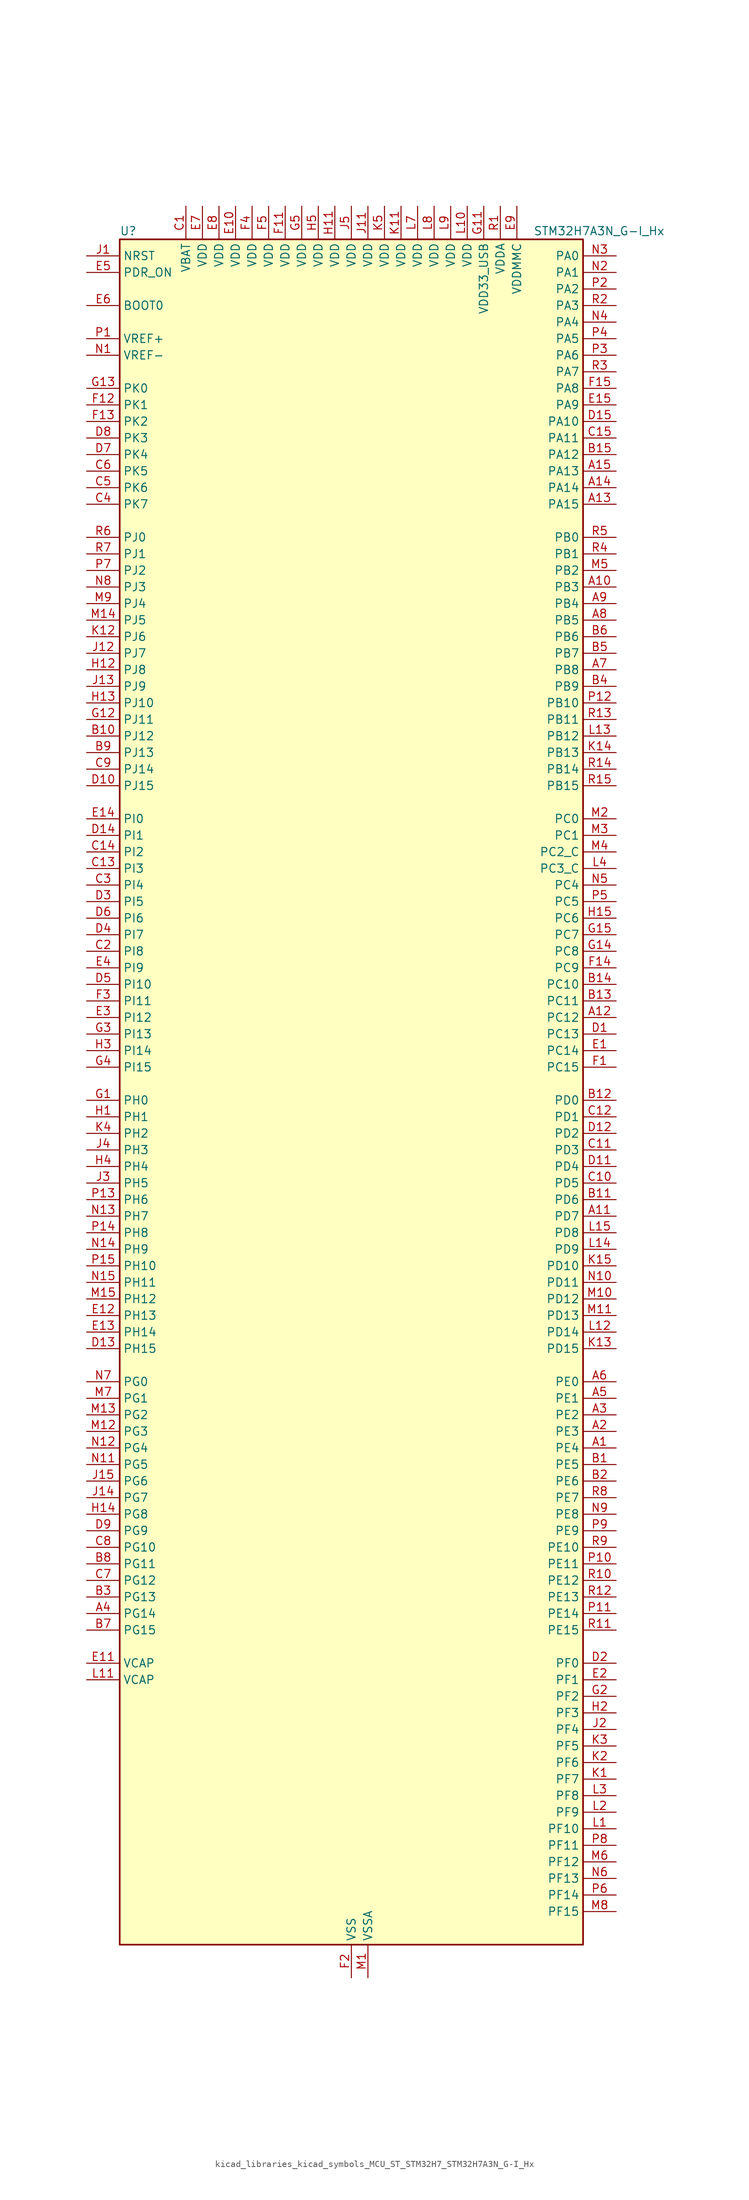
<source format=kicad_sym>
(kicad_symbol_lib
  (version 20220914)
  (generator kicad_symbol_editor)
  (symbol "kicad_libraries_kicad_symbols_MCU_ST_STM32H7_STM32H7A3N_G-I_Hx"
    (property "Reference" "U"
      (at -35.56 133.35 0)
      (effects (font (size 1.27 1.27)) (justify left)))
    (property "Value" "STM32H7A3N_G-I_Hx"
      (at 27.94 133.35 0)
      (effects (font (size 1.27 1.27)) (justify left)))
    (property "ki_locked" ""
      (at 0 0 0)
      (effects (font (size 1.27 1.27))))
    (symbol "kicad_libraries_kicad_symbols_MCU_ST_STM32H7_STM32H7A3N_G-I_Hx_0_1"
      (rectangle (start -35.56 -129.54) (end 35.56 132.08) (stroke (width 0.254) (type default)) (fill (type background))))
    (symbol "kicad_libraries_kicad_symbols_MCU_ST_STM32H7_STM32H7A3N_G-I_Hx_1_1"
      (pin bidirectional line (at 40.64 -53.34 180) (length 5.08) (name "PE4" (effects (font (size 1.27 1.27)))) (number "A1" (effects (font (size 1.27 1.27)))) (alternate "DCMI_D4" bidirectional line) (alternate "DEBUG_TRACED1" bidirectional line) (alternate "DFSDM1_DATIN3" bidirectional line) (alternate "FMC_A20" bidirectional line) (alternate "LTDC_B0" bidirectional line) (alternate "PSSI_D4" bidirectional line) (alternate "SAI1_D2" bidirectional line) (alternate "SAI1_FS_A" bidirectional line) (alternate "SPI4_NSS" bidirectional line) (alternate "TIM15_CH1N" bidirectional line))
      (pin bidirectional line (at 40.64 78.74 180) (length 5.08) (name "PB3" (effects (font (size 1.27 1.27)))) (number "A10" (effects (font (size 1.27 1.27)))) (alternate "CRS_SYNC" bidirectional line) (alternate "DEBUG_JTDO-SWO" bidirectional line) (alternate "I2S1_CK" bidirectional line) (alternate "I2S3_CK" bidirectional line) (alternate "I2S6_CK" bidirectional line) (alternate "SDMMC2_D2" bidirectional line) (alternate "SPI1_SCK" bidirectional line) (alternate "SPI3_SCK" bidirectional line) (alternate "SPI6_SCK" bidirectional line) (alternate "TIM2_CH2" bidirectional line) (alternate "UART7_RX" bidirectional line))
      (pin bidirectional line (at 40.64 -17.78 180) (length 5.08) (name "PD7" (effects (font (size 1.27 1.27)))) (number "A11" (effects (font (size 1.27 1.27)))) (alternate "DFSDM1_CKIN1" bidirectional line) (alternate "DFSDM1_DATIN4" bidirectional line) (alternate "FMC_NE1" bidirectional line) (alternate "I2S1_SDO" bidirectional line) (alternate "OCTOSPIM_P1_IO7" bidirectional line) (alternate "SDMMC2_CMD" bidirectional line) (alternate "SPDIFRX_IN0" bidirectional line) (alternate "SPI1_MOSI" bidirectional line) (alternate "USART2_CK" bidirectional line))
      (pin bidirectional line (at 40.64 12.7 180) (length 5.08) (name "PC12" (effects (font (size 1.27 1.27)))) (number "A12" (effects (font (size 1.27 1.27)))) (alternate "DCMI_D9" bidirectional line) (alternate "DEBUG_TRACED3" bidirectional line) (alternate "DFSDM2_CKOUT" bidirectional line) (alternate "I2S3_SDO" bidirectional line) (alternate "I2S6_CK" bidirectional line) (alternate "LTDC_R6" bidirectional line) (alternate "PSSI_D9" bidirectional line) (alternate "SDMMC1_CK" bidirectional line) (alternate "SPI3_MOSI" bidirectional line) (alternate "SPI6_SCK" bidirectional line) (alternate "TIM15_CH1" bidirectional line) (alternate "UART5_TX" bidirectional line) (alternate "USART3_CK" bidirectional line))
      (pin bidirectional line (at 40.64 91.44 180) (length 5.08) (name "PA15" (effects (font (size 1.27 1.27)))) (number "A13" (effects (font (size 1.27 1.27)))) (alternate "ADC1_EXTI15" bidirectional line) (alternate "ADC2_EXTI15" bidirectional line) (alternate "CEC" bidirectional line) (alternate "DEBUG_JTDI" bidirectional line) (alternate "I2S1_WS" bidirectional line) (alternate "I2S3_WS" bidirectional line) (alternate "I2S6_WS" bidirectional line) (alternate "LTDC_B6" bidirectional line) (alternate "LTDC_R3" bidirectional line) (alternate "SPI1_NSS" bidirectional line) (alternate "SPI3_NSS" bidirectional line) (alternate "SPI6_NSS" bidirectional line) (alternate "TIM2_CH1" bidirectional line) (alternate "TIM2_ETR" bidirectional line) (alternate "UART4_DE" bidirectional line) (alternate "UART4_RTS" bidirectional line) (alternate "UART7_TX" bidirectional line))
      (pin bidirectional line (at 40.64 93.98 180) (length 5.08) (name "PA14" (effects (font (size 1.27 1.27)))) (number "A14" (effects (font (size 1.27 1.27)))) (alternate "DEBUG_JTCK-SWCLK" bidirectional line))
      (pin bidirectional line (at 40.64 96.52 180) (length 5.08) (name "PA13" (effects (font (size 1.27 1.27)))) (number "A15" (effects (font (size 1.27 1.27)))) (alternate "DEBUG_JTMS-SWDIO" bidirectional line))
      (pin bidirectional line (at 40.64 -50.8 180) (length 5.08) (name "PE3" (effects (font (size 1.27 1.27)))) (number "A2" (effects (font (size 1.27 1.27)))) (alternate "DEBUG_TRACED0" bidirectional line) (alternate "FMC_A19" bidirectional line) (alternate "SAI1_SD_B" bidirectional line) (alternate "TIM15_BKIN" bidirectional line) (alternate "USART10_TX" bidirectional line))
      (pin bidirectional line (at 40.64 -48.26 180) (length 5.08) (name "PE2" (effects (font (size 1.27 1.27)))) (number "A3" (effects (font (size 1.27 1.27)))) (alternate "DEBUG_TRACECLK" bidirectional line) (alternate "FMC_A23" bidirectional line) (alternate "OCTOSPIM_P1_IO2" bidirectional line) (alternate "SAI1_CK1" bidirectional line) (alternate "SAI1_MCLK_A" bidirectional line) (alternate "SPI4_SCK" bidirectional line) (alternate "USART10_RX" bidirectional line))
      (pin bidirectional line (at -40.64 -78.74 0) (length 5.08) (name "PG14" (effects (font (size 1.27 1.27)))) (number "A4" (effects (font (size 1.27 1.27)))) (alternate "DEBUG_TRACED1" bidirectional line) (alternate "FMC_A25" bidirectional line) (alternate "I2S6_SDO" bidirectional line) (alternate "LPTIM1_ETR" bidirectional line) (alternate "LTDC_B0" bidirectional line) (alternate "OCTOSPIM_P1_IO7" bidirectional line) (alternate "SDMMC2_D7" bidirectional line) (alternate "SPI6_MOSI" bidirectional line) (alternate "USART10_DE" bidirectional line) (alternate "USART10_RTS" bidirectional line) (alternate "USART6_TX" bidirectional line))
      (pin bidirectional line (at 40.64 -45.72 180) (length 5.08) (name "PE1" (effects (font (size 1.27 1.27)))) (number "A5" (effects (font (size 1.27 1.27)))) (alternate "DCMI_D3" bidirectional line) (alternate "FMC_NBL1" bidirectional line) (alternate "LPTIM1_IN2" bidirectional line) (alternate "LTDC_R6" bidirectional line) (alternate "PSSI_D3" bidirectional line) (alternate "UART8_TX" bidirectional line))
      (pin bidirectional line (at 40.64 -43.18 180) (length 5.08) (name "PE0" (effects (font (size 1.27 1.27)))) (number "A6" (effects (font (size 1.27 1.27)))) (alternate "DCMI_D2" bidirectional line) (alternate "FMC_NBL0" bidirectional line) (alternate "LPTIM1_ETR" bidirectional line) (alternate "LPTIM2_ETR" bidirectional line) (alternate "LTDC_R0" bidirectional line) (alternate "PSSI_D2" bidirectional line) (alternate "SAI2_MCLK_A" bidirectional line) (alternate "TIM4_ETR" bidirectional line) (alternate "UART8_RX" bidirectional line))
      (pin bidirectional line (at 40.64 66.04 180) (length 5.08) (name "PB8" (effects (font (size 1.27 1.27)))) (number "A7" (effects (font (size 1.27 1.27)))) (alternate "DCMI_D6" bidirectional line) (alternate "DFSDM1_CKIN7" bidirectional line) (alternate "FDCAN1_RX" bidirectional line) (alternate "I2C1_SCL" bidirectional line) (alternate "I2C4_SCL" bidirectional line) (alternate "LTDC_B6" bidirectional line) (alternate "PSSI_D6" bidirectional line) (alternate "SDMMC1_CKIN" bidirectional line) (alternate "SDMMC1_D4" bidirectional line) (alternate "SDMMC2_D4" bidirectional line) (alternate "TIM16_CH1" bidirectional line) (alternate "TIM4_CH3" bidirectional line) (alternate "UART4_RX" bidirectional line))
      (pin bidirectional line (at 40.64 73.66 180) (length 5.08) (name "PB5" (effects (font (size 1.27 1.27)))) (number "A8" (effects (font (size 1.27 1.27)))) (alternate "DCMI_D10" bidirectional line) (alternate "FDCAN2_RX" bidirectional line) (alternate "FMC_SDCKE1" bidirectional line) (alternate "I2C1_SMBA" bidirectional line) (alternate "I2C4_SMBA" bidirectional line) (alternate "I2S1_SDO" bidirectional line) (alternate "I2S3_SDO" bidirectional line) (alternate "I2S6_SDO" bidirectional line) (alternate "LTDC_B5" bidirectional line) (alternate "PSSI_D10" bidirectional line) (alternate "SPI1_MOSI" bidirectional line) (alternate "SPI3_MOSI" bidirectional line) (alternate "SPI6_MOSI" bidirectional line) (alternate "TIM17_BKIN" bidirectional line) (alternate "TIM3_CH2" bidirectional line) (alternate "UART5_RX" bidirectional line) (alternate "USB_OTG_HS_ULPI_D7" bidirectional line))
      (pin bidirectional line (at 40.64 76.2 180) (length 5.08) (name "PB4" (effects (font (size 1.27 1.27)))) (number "A9" (effects (font (size 1.27 1.27)))) (alternate "DEBUG_JTRST" bidirectional line) (alternate "I2S1_SDI" bidirectional line) (alternate "I2S2_WS" bidirectional line) (alternate "I2S3_SDI" bidirectional line) (alternate "I2S6_SDI" bidirectional line) (alternate "SDMMC2_D3" bidirectional line) (alternate "SPI1_MISO" bidirectional line) (alternate "SPI2_NSS" bidirectional line) (alternate "SPI3_MISO" bidirectional line) (alternate "SPI6_MISO" bidirectional line) (alternate "TIM16_BKIN" bidirectional line) (alternate "TIM3_CH1" bidirectional line) (alternate "UART7_TX" bidirectional line))
      (pin bidirectional line (at 40.64 -55.88 180) (length 5.08) (name "PE5" (effects (font (size 1.27 1.27)))) (number "B1" (effects (font (size 1.27 1.27)))) (alternate "DCMI_D6" bidirectional line) (alternate "DEBUG_TRACED2" bidirectional line) (alternate "DFSDM1_CKIN3" bidirectional line) (alternate "FMC_A21" bidirectional line) (alternate "LTDC_G0" bidirectional line) (alternate "PSSI_D6" bidirectional line) (alternate "SAI1_CK2" bidirectional line) (alternate "SAI1_SCK_A" bidirectional line) (alternate "SPI4_MISO" bidirectional line) (alternate "TIM15_CH1" bidirectional line))
      (pin bidirectional line (at -40.64 55.88 0) (length 5.08) (name "PJ12" (effects (font (size 1.27 1.27)))) (number "B10" (effects (font (size 1.27 1.27)))) (alternate "DEBUG_TRGOUT" bidirectional line) (alternate "LTDC_B0" bidirectional line) (alternate "LTDC_G3" bidirectional line))
      (pin bidirectional line (at 40.64 -15.24 180) (length 5.08) (name "PD6" (effects (font (size 1.27 1.27)))) (number "B11" (effects (font (size 1.27 1.27)))) (alternate "DCMI_D10" bidirectional line) (alternate "DFSDM1_CKIN4" bidirectional line) (alternate "DFSDM1_DATIN1" bidirectional line) (alternate "FMC_NWAIT" bidirectional line) (alternate "I2S3_SDO" bidirectional line) (alternate "LTDC_B2" bidirectional line) (alternate "OCTOSPIM_P1_IO6" bidirectional line) (alternate "PSSI_D10" bidirectional line) (alternate "SAI1_D1" bidirectional line) (alternate "SAI1_SD_A" bidirectional line) (alternate "SDMMC2_CK" bidirectional line) (alternate "SPI3_MOSI" bidirectional line) (alternate "USART2_RX" bidirectional line))
      (pin bidirectional line (at 40.64 0 180) (length 5.08) (name "PD0" (effects (font (size 1.27 1.27)))) (number "B12" (effects (font (size 1.27 1.27)))) (alternate "DFSDM1_CKIN6" bidirectional line) (alternate "FDCAN1_RX" bidirectional line) (alternate "FMC_D2" bidirectional line) (alternate "FMC_DA2" bidirectional line) (alternate "LTDC_B1" bidirectional line) (alternate "UART4_RX" bidirectional line) (alternate "UART9_CTS" bidirectional line))
      (pin bidirectional line (at 40.64 15.24 180) (length 5.08) (name "PC11" (effects (font (size 1.27 1.27)))) (number "B13" (effects (font (size 1.27 1.27)))) (alternate "ADC1_EXTI11" bidirectional line) (alternate "ADC2_EXTI11" bidirectional line) (alternate "DCMI_D4" bidirectional line) (alternate "DFSDM1_DATIN5" bidirectional line) (alternate "DFSDM2_DATIN0" bidirectional line) (alternate "I2S3_SDI" bidirectional line) (alternate "LTDC_B4" bidirectional line) (alternate "OCTOSPIM_P1_NCS" bidirectional line) (alternate "PSSI_D4" bidirectional line) (alternate "SDMMC1_D3" bidirectional line) (alternate "SPI3_MISO" bidirectional line) (alternate "UART4_RX" bidirectional line) (alternate "USART3_RX" bidirectional line))
      (pin bidirectional line (at 40.64 17.78 180) (length 5.08) (name "PC10" (effects (font (size 1.27 1.27)))) (number "B14" (effects (font (size 1.27 1.27)))) (alternate "DCMI_D8" bidirectional line) (alternate "DFSDM1_CKIN5" bidirectional line) (alternate "DFSDM2_CKIN0" bidirectional line) (alternate "I2S3_CK" bidirectional line) (alternate "LTDC_B1" bidirectional line) (alternate "LTDC_R2" bidirectional line) (alternate "OCTOSPIM_P1_IO1" bidirectional line) (alternate "PSSI_D8" bidirectional line) (alternate "SDMMC1_D2" bidirectional line) (alternate "SPI3_SCK" bidirectional line) (alternate "SWPMI1_RX" bidirectional line) (alternate "UART4_TX" bidirectional line) (alternate "USART3_TX" bidirectional line))
      (pin bidirectional line (at 40.64 99.06 180) (length 5.08) (name "PA12" (effects (font (size 1.27 1.27)))) (number "B15" (effects (font (size 1.27 1.27)))) (alternate "FDCAN1_TX" bidirectional line) (alternate "I2S2_CK" bidirectional line) (alternate "LPUART1_DE" bidirectional line) (alternate "LPUART1_RTS" bidirectional line) (alternate "LTDC_R5" bidirectional line) (alternate "SAI2_FS_B" bidirectional line) (alternate "SPI2_SCK" bidirectional line) (alternate "TIM1_ETR" bidirectional line) (alternate "UART4_TX" bidirectional line) (alternate "USART1_DE" bidirectional line) (alternate "USART1_RTS" bidirectional line) (alternate "USB_OTG_HS_DP" bidirectional line))
      (pin bidirectional line (at 40.64 -58.42 180) (length 5.08) (name "PE6" (effects (font (size 1.27 1.27)))) (number "B2" (effects (font (size 1.27 1.27)))) (alternate "DCMI_D7" bidirectional line) (alternate "DEBUG_TRACED3" bidirectional line) (alternate "FMC_A22" bidirectional line) (alternate "LTDC_G1" bidirectional line) (alternate "PSSI_D7" bidirectional line) (alternate "SAI1_D1" bidirectional line) (alternate "SAI1_SD_A" bidirectional line) (alternate "SAI2_MCLK_B" bidirectional line) (alternate "SPI4_MOSI" bidirectional line) (alternate "TIM15_CH2" bidirectional line) (alternate "TIM1_BKIN2" bidirectional line) (alternate "TIM1_BKIN2_COMP1" bidirectional line) (alternate "TIM1_BKIN2_COMP2" bidirectional line))
      (pin bidirectional line (at -40.64 -76.2 0) (length 5.08) (name "PG13" (effects (font (size 1.27 1.27)))) (number "B3" (effects (font (size 1.27 1.27)))) (alternate "DEBUG_TRACED0" bidirectional line) (alternate "FMC_A24" bidirectional line) (alternate "I2S6_CK" bidirectional line) (alternate "LPTIM1_OUT" bidirectional line) (alternate "LTDC_R0" bidirectional line) (alternate "SDMMC2_D6" bidirectional line) (alternate "SPI6_SCK" bidirectional line) (alternate "USART10_CTS" bidirectional line) (alternate "USART10_NSS" bidirectional line) (alternate "USART6_CTS" bidirectional line) (alternate "USART6_NSS" bidirectional line))
      (pin bidirectional line (at 40.64 63.5 180) (length 5.08) (name "PB9" (effects (font (size 1.27 1.27)))) (number "B4" (effects (font (size 1.27 1.27)))) (alternate "DAC1_EXTI9" bidirectional line) (alternate "DCMI_D7" bidirectional line) (alternate "DFSDM1_DATIN7" bidirectional line) (alternate "FDCAN1_TX" bidirectional line) (alternate "I2C1_SDA" bidirectional line) (alternate "I2C4_SDA" bidirectional line) (alternate "I2C4_SMBA" bidirectional line) (alternate "I2S2_WS" bidirectional line) (alternate "LTDC_B7" bidirectional line) (alternate "PSSI_D7" bidirectional line) (alternate "SDMMC1_CDIR" bidirectional line) (alternate "SDMMC1_D5" bidirectional line) (alternate "SDMMC2_D5" bidirectional line) (alternate "SPI2_NSS" bidirectional line) (alternate "TIM17_CH1" bidirectional line) (alternate "TIM4_CH4" bidirectional line) (alternate "UART4_TX" bidirectional line))
      (pin bidirectional line (at 40.64 68.58 180) (length 5.08) (name "PB7" (effects (font (size 1.27 1.27)))) (number "B5" (effects (font (size 1.27 1.27)))) (alternate "DCMI_VSYNC" bidirectional line) (alternate "DFSDM1_CKIN5" bidirectional line) (alternate "FMC_NL" bidirectional line) (alternate "I2C1_SDA" bidirectional line) (alternate "I2C4_SDA" bidirectional line) (alternate "LPUART1_RX" bidirectional line) (alternate "PSSI_RDY" bidirectional line) (alternate "PWR_PVD_IN" bidirectional line) (alternate "TIM17_CH1N" bidirectional line) (alternate "TIM4_CH2" bidirectional line) (alternate "USART1_RX" bidirectional line))
      (pin bidirectional line (at 40.64 71.12 180) (length 5.08) (name "PB6" (effects (font (size 1.27 1.27)))) (number "B6" (effects (font (size 1.27 1.27)))) (alternate "CEC" bidirectional line) (alternate "DCMI_D5" bidirectional line) (alternate "DFSDM1_DATIN5" bidirectional line) (alternate "FDCAN2_TX" bidirectional line) (alternate "FMC_SDNE1" bidirectional line) (alternate "I2C1_SCL" bidirectional line) (alternate "I2C4_SCL" bidirectional line) (alternate "LPUART1_TX" bidirectional line) (alternate "OCTOSPIM_P1_NCS" bidirectional line) (alternate "PSSI_D5" bidirectional line) (alternate "TIM16_CH1N" bidirectional line) (alternate "TIM4_CH1" bidirectional line) (alternate "UART5_TX" bidirectional line) (alternate "USART1_TX" bidirectional line))
      (pin bidirectional line (at -40.64 -81.28 0) (length 5.08) (name "PG15" (effects (font (size 1.27 1.27)))) (number "B7" (effects (font (size 1.27 1.27)))) (alternate "ADC1_EXTI15" bidirectional line) (alternate "ADC2_EXTI15" bidirectional line) (alternate "DCMI_D13" bidirectional line) (alternate "FMC_SDNCAS" bidirectional line) (alternate "OCTOSPIM_P2_DQS" bidirectional line) (alternate "PSSI_D13" bidirectional line) (alternate "USART10_CK" bidirectional line) (alternate "USART6_CTS" bidirectional line) (alternate "USART6_NSS" bidirectional line))
      (pin bidirectional line (at -40.64 -71.12 0) (length 5.08) (name "PG11" (effects (font (size 1.27 1.27)))) (number "B8" (effects (font (size 1.27 1.27)))) (alternate "ADC1_EXTI11" bidirectional line) (alternate "ADC2_EXTI11" bidirectional line) (alternate "DCMI_D3" bidirectional line) (alternate "I2S1_CK" bidirectional line) (alternate "LPTIM1_IN2" bidirectional line) (alternate "LTDC_B3" bidirectional line) (alternate "OCTOSPIM_P2_IO7" bidirectional line) (alternate "PSSI_D3" bidirectional line) (alternate "SDMMC2_D2" bidirectional line) (alternate "SPDIFRX_IN0" bidirectional line) (alternate "SPI1_SCK" bidirectional line) (alternate "USART10_RX" bidirectional line))
      (pin bidirectional line (at -40.64 53.34 0) (length 5.08) (name "PJ13" (effects (font (size 1.27 1.27)))) (number "B9" (effects (font (size 1.27 1.27)))) (alternate "LTDC_B1" bidirectional line) (alternate "LTDC_B4" bidirectional line))
      (pin power_in line (at -25.4 137.16 270) (length 5.08) (name "VBAT" (effects (font (size 1.27 1.27)))) (number "C1" (effects (font (size 1.27 1.27)))))
      (pin bidirectional line (at 40.64 -12.7 180) (length 5.08) (name "PD5" (effects (font (size 1.27 1.27)))) (number "C10" (effects (font (size 1.27 1.27)))) (alternate "FMC_NWE" bidirectional line) (alternate "OCTOSPIM_P1_IO5" bidirectional line) (alternate "USART2_TX" bidirectional line))
      (pin bidirectional line (at 40.64 -7.62 180) (length 5.08) (name "PD3" (effects (font (size 1.27 1.27)))) (number "C11" (effects (font (size 1.27 1.27)))) (alternate "DCMI_D5" bidirectional line) (alternate "DFSDM1_CKOUT" bidirectional line) (alternate "FMC_CLK" bidirectional line) (alternate "I2S2_CK" bidirectional line) (alternate "LTDC_G7" bidirectional line) (alternate "PSSI_D5" bidirectional line) (alternate "SPI2_SCK" bidirectional line) (alternate "USART2_CTS" bidirectional line) (alternate "USART2_NSS" bidirectional line))
      (pin bidirectional line (at 40.64 -2.54 180) (length 5.08) (name "PD1" (effects (font (size 1.27 1.27)))) (number "C12" (effects (font (size 1.27 1.27)))) (alternate "DFSDM1_DATIN6" bidirectional line) (alternate "FDCAN1_TX" bidirectional line) (alternate "FMC_D3" bidirectional line) (alternate "FMC_DA3" bidirectional line) (alternate "UART4_TX" bidirectional line))
      (pin bidirectional line (at -40.64 35.56 0) (length 5.08) (name "PI3" (effects (font (size 1.27 1.27)))) (number "C13" (effects (font (size 1.27 1.27)))) (alternate "DCMI_D10" bidirectional line) (alternate "FMC_D27" bidirectional line) (alternate "I2S2_SDO" bidirectional line) (alternate "PSSI_D10" bidirectional line) (alternate "SPI2_MOSI" bidirectional line) (alternate "TIM8_ETR" bidirectional line))
      (pin bidirectional line (at -40.64 38.1 0) (length 5.08) (name "PI2" (effects (font (size 1.27 1.27)))) (number "C14" (effects (font (size 1.27 1.27)))) (alternate "DCMI_D9" bidirectional line) (alternate "FMC_D26" bidirectional line) (alternate "I2S2_SDI" bidirectional line) (alternate "LTDC_G7" bidirectional line) (alternate "PSSI_D9" bidirectional line) (alternate "SPI2_MISO" bidirectional line) (alternate "TIM8_CH4" bidirectional line))
      (pin bidirectional line (at 40.64 101.6 180) (length 5.08) (name "PA11" (effects (font (size 1.27 1.27)))) (number "C15" (effects (font (size 1.27 1.27)))) (alternate "ADC1_EXTI11" bidirectional line) (alternate "ADC2_EXTI11" bidirectional line) (alternate "FDCAN1_RX" bidirectional line) (alternate "I2S2_WS" bidirectional line) (alternate "LPUART1_CTS" bidirectional line) (alternate "LTDC_R4" bidirectional line) (alternate "SPI2_NSS" bidirectional line) (alternate "TIM1_CH4" bidirectional line) (alternate "UART4_RX" bidirectional line) (alternate "USART1_CTS" bidirectional line) (alternate "USART1_NSS" bidirectional line) (alternate "USB_OTG_HS_DM" bidirectional line))
      (pin bidirectional line (at -40.64 22.86 0) (length 5.08) (name "PI8" (effects (font (size 1.27 1.27)))) (number "C2" (effects (font (size 1.27 1.27)))) (alternate "PWR_WKUP3" bidirectional line) (alternate "RTC_OUT_ALARM" bidirectional line) (alternate "RTC_TAMP2" bidirectional line))
      (pin bidirectional line (at -40.64 33.02 0) (length 5.08) (name "PI4" (effects (font (size 1.27 1.27)))) (number "C3" (effects (font (size 1.27 1.27)))) (alternate "DCMI_D5" bidirectional line) (alternate "FMC_NBL2" bidirectional line) (alternate "LTDC_B4" bidirectional line) (alternate "PSSI_D5" bidirectional line) (alternate "SAI2_MCLK_A" bidirectional line) (alternate "TIM8_BKIN" bidirectional line) (alternate "TIM8_BKIN_COMP1" bidirectional line) (alternate "TIM8_BKIN_COMP2" bidirectional line))
      (pin bidirectional line (at -40.64 91.44 0) (length 5.08) (name "PK7" (effects (font (size 1.27 1.27)))) (number "C4" (effects (font (size 1.27 1.27)))) (alternate "LTDC_DE" bidirectional line))
      (pin bidirectional line (at -40.64 93.98 0) (length 5.08) (name "PK6" (effects (font (size 1.27 1.27)))) (number "C5" (effects (font (size 1.27 1.27)))) (alternate "LTDC_B7" bidirectional line) (alternate "OCTOSPIM_P2_DQS" bidirectional line))
      (pin bidirectional line (at -40.64 96.52 0) (length 5.08) (name "PK5" (effects (font (size 1.27 1.27)))) (number "C6" (effects (font (size 1.27 1.27)))) (alternate "LTDC_B6" bidirectional line) (alternate "OCTOSPIM_P2_NCS" bidirectional line))
      (pin bidirectional line (at -40.64 -73.66 0) (length 5.08) (name "PG12" (effects (font (size 1.27 1.27)))) (number "C7" (effects (font (size 1.27 1.27)))) (alternate "FMC_NE4" bidirectional line) (alternate "I2S6_SDI" bidirectional line) (alternate "LPTIM1_IN1" bidirectional line) (alternate "LTDC_B1" bidirectional line) (alternate "LTDC_B4" bidirectional line) (alternate "OCTOSPIM_P2_NCS" bidirectional line) (alternate "SDMMC2_D3" bidirectional line) (alternate "SPDIFRX_IN1" bidirectional line) (alternate "SPI6_MISO" bidirectional line) (alternate "USART10_TX" bidirectional line) (alternate "USART6_DE" bidirectional line) (alternate "USART6_RTS" bidirectional line))
      (pin bidirectional line (at -40.64 -68.58 0) (length 5.08) (name "PG10" (effects (font (size 1.27 1.27)))) (number "C8" (effects (font (size 1.27 1.27)))) (alternate "DCMI_D2" bidirectional line) (alternate "FMC_NE3" bidirectional line) (alternate "I2S1_WS" bidirectional line) (alternate "LTDC_B2" bidirectional line) (alternate "LTDC_G3" bidirectional line) (alternate "OCTOSPIM_P2_IO6" bidirectional line) (alternate "PSSI_D2" bidirectional line) (alternate "SAI2_SD_B" bidirectional line) (alternate "SDMMC2_D1" bidirectional line) (alternate "SPI1_NSS" bidirectional line))
      (pin bidirectional line (at -40.64 50.8 0) (length 5.08) (name "PJ14" (effects (font (size 1.27 1.27)))) (number "C9" (effects (font (size 1.27 1.27)))) (alternate "LTDC_B2" bidirectional line))
      (pin bidirectional line (at 40.64 10.16 180) (length 5.08) (name "PC13" (effects (font (size 1.27 1.27)))) (number "D1" (effects (font (size 1.27 1.27)))) (alternate "PWR_WKUP4" bidirectional line) (alternate "RTC_OUT_ALARM" bidirectional line) (alternate "RTC_OUT_CALIB" bidirectional line) (alternate "RTC_TAMP1" bidirectional line) (alternate "RTC_TS" bidirectional line))
      (pin bidirectional line (at -40.64 48.26 0) (length 5.08) (name "PJ15" (effects (font (size 1.27 1.27)))) (number "D10" (effects (font (size 1.27 1.27)))) (alternate "ADC1_EXTI15" bidirectional line) (alternate "ADC2_EXTI15" bidirectional line) (alternate "LTDC_B3" bidirectional line))
      (pin bidirectional line (at 40.64 -10.16 180) (length 5.08) (name "PD4" (effects (font (size 1.27 1.27)))) (number "D11" (effects (font (size 1.27 1.27)))) (alternate "FMC_NOE" bidirectional line) (alternate "OCTOSPIM_P1_IO4" bidirectional line) (alternate "USART2_DE" bidirectional line) (alternate "USART2_RTS" bidirectional line))
      (pin bidirectional line (at 40.64 -5.08 180) (length 5.08) (name "PD2" (effects (font (size 1.27 1.27)))) (number "D12" (effects (font (size 1.27 1.27)))) (alternate "DCMI_D11" bidirectional line) (alternate "DEBUG_TRACED2" bidirectional line) (alternate "LTDC_B2" bidirectional line) (alternate "LTDC_B7" bidirectional line) (alternate "PSSI_D11" bidirectional line) (alternate "SDMMC1_CMD" bidirectional line) (alternate "TIM15_BKIN" bidirectional line) (alternate "TIM3_ETR" bidirectional line) (alternate "UART5_RX" bidirectional line))
      (pin bidirectional line (at -40.64 -38.1 0) (length 5.08) (name "PH15" (effects (font (size 1.27 1.27)))) (number "D13" (effects (font (size 1.27 1.27)))) (alternate "ADC1_EXTI15" bidirectional line) (alternate "ADC2_EXTI15" bidirectional line) (alternate "DCMI_D11" bidirectional line) (alternate "FMC_D23" bidirectional line) (alternate "LTDC_G4" bidirectional line) (alternate "PSSI_D11" bidirectional line) (alternate "TIM8_CH3N" bidirectional line))
      (pin bidirectional line (at -40.64 40.64 0) (length 5.08) (name "PI1" (effects (font (size 1.27 1.27)))) (number "D14" (effects (font (size 1.27 1.27)))) (alternate "DCMI_D8" bidirectional line) (alternate "FMC_D25" bidirectional line) (alternate "I2S2_CK" bidirectional line) (alternate "LTDC_G6" bidirectional line) (alternate "PSSI_D8" bidirectional line) (alternate "SPI2_SCK" bidirectional line) (alternate "TIM8_BKIN2" bidirectional line) (alternate "TIM8_BKIN2_COMP1" bidirectional line) (alternate "TIM8_BKIN2_COMP2" bidirectional line))
      (pin bidirectional line (at 40.64 104.14 180) (length 5.08) (name "PA10" (effects (font (size 1.27 1.27)))) (number "D15" (effects (font (size 1.27 1.27)))) (alternate "DCMI_D1" bidirectional line) (alternate "LPUART1_RX" bidirectional line) (alternate "LTDC_B1" bidirectional line) (alternate "LTDC_B4" bidirectional line) (alternate "MDIOS_MDIO" bidirectional line) (alternate "PSSI_D1" bidirectional line) (alternate "TIM1_CH3" bidirectional line) (alternate "USART1_RX" bidirectional line) (alternate "USB_OTG_HS_ID" bidirectional line))
      (pin bidirectional line (at 40.64 -86.36 180) (length 5.08) (name "PF0" (effects (font (size 1.27 1.27)))) (number "D2" (effects (font (size 1.27 1.27)))) (alternate "FMC_A0" bidirectional line) (alternate "I2C2_SDA" bidirectional line) (alternate "OCTOSPIM_P2_IO0" bidirectional line))
      (pin bidirectional line (at -40.64 30.48 0) (length 5.08) (name "PI5" (effects (font (size 1.27 1.27)))) (number "D3" (effects (font (size 1.27 1.27)))) (alternate "DCMI_VSYNC" bidirectional line) (alternate "FMC_NBL3" bidirectional line) (alternate "LTDC_B5" bidirectional line) (alternate "PSSI_RDY" bidirectional line) (alternate "SAI2_SCK_A" bidirectional line) (alternate "TIM8_CH1" bidirectional line))
      (pin bidirectional line (at -40.64 25.4 0) (length 5.08) (name "PI7" (effects (font (size 1.27 1.27)))) (number "D4" (effects (font (size 1.27 1.27)))) (alternate "DCMI_D7" bidirectional line) (alternate "FMC_D29" bidirectional line) (alternate "LTDC_B7" bidirectional line) (alternate "PSSI_D7" bidirectional line) (alternate "SAI2_FS_A" bidirectional line) (alternate "TIM8_CH3" bidirectional line))
      (pin bidirectional line (at -40.64 17.78 0) (length 5.08) (name "PI10" (effects (font (size 1.27 1.27)))) (number "D5" (effects (font (size 1.27 1.27)))) (alternate "FMC_D31" bidirectional line) (alternate "LTDC_HSYNC" bidirectional line) (alternate "OCTOSPIM_P2_IO1" bidirectional line) (alternate "PSSI_D14" bidirectional line))
      (pin bidirectional line (at -40.64 27.94 0) (length 5.08) (name "PI6" (effects (font (size 1.27 1.27)))) (number "D6" (effects (font (size 1.27 1.27)))) (alternate "DCMI_D6" bidirectional line) (alternate "FMC_D28" bidirectional line) (alternate "LTDC_B6" bidirectional line) (alternate "PSSI_D6" bidirectional line) (alternate "SAI2_SD_A" bidirectional line) (alternate "TIM8_CH2" bidirectional line))
      (pin bidirectional line (at -40.64 99.06 0) (length 5.08) (name "PK4" (effects (font (size 1.27 1.27)))) (number "D7" (effects (font (size 1.27 1.27)))) (alternate "LTDC_B5" bidirectional line) (alternate "OCTOSPIM_P2_IO7" bidirectional line))
      (pin bidirectional line (at -40.64 101.6 0) (length 5.08) (name "PK3" (effects (font (size 1.27 1.27)))) (number "D8" (effects (font (size 1.27 1.27)))) (alternate "LTDC_B4" bidirectional line) (alternate "OCTOSPIM_P2_IO6" bidirectional line))
      (pin bidirectional line (at -40.64 -66.04 0) (length 5.08) (name "PG9" (effects (font (size 1.27 1.27)))) (number "D9" (effects (font (size 1.27 1.27)))) (alternate "DAC1_EXTI9" bidirectional line) (alternate "DCMI_VSYNC" bidirectional line) (alternate "FMC_NCE" bidirectional line) (alternate "FMC_NE2" bidirectional line) (alternate "I2S1_SDI" bidirectional line) (alternate "OCTOSPIM_P1_IO6" bidirectional line) (alternate "PSSI_RDY" bidirectional line) (alternate "SAI2_FS_B" bidirectional line) (alternate "SDMMC2_D0" bidirectional line) (alternate "SPDIFRX_IN3" bidirectional line) (alternate "SPI1_MISO" bidirectional line) (alternate "USART6_RX" bidirectional line))
      (pin bidirectional line (at 40.64 7.62 180) (length 5.08) (name "PC14" (effects (font (size 1.27 1.27)))) (number "E1" (effects (font (size 1.27 1.27)))) (alternate "RCC_OSC32_IN" bidirectional line))
      (pin power_in line (at -17.78 137.16 270) (length 5.08) (name "VDD" (effects (font (size 1.27 1.27)))) (number "E10" (effects (font (size 1.27 1.27)))))
      (pin power_out line (at -40.64 -86.36 0) (length 5.08) (name "VCAP" (effects (font (size 1.27 1.27)))) (number "E11" (effects (font (size 1.27 1.27)))))
      (pin bidirectional line (at -40.64 -33.02 0) (length 5.08) (name "PH13" (effects (font (size 1.27 1.27)))) (number "E12" (effects (font (size 1.27 1.27)))) (alternate "FDCAN1_TX" bidirectional line) (alternate "FMC_D21" bidirectional line) (alternate "LTDC_G2" bidirectional line) (alternate "TIM8_CH1N" bidirectional line) (alternate "UART4_TX" bidirectional line))
      (pin bidirectional line (at -40.64 -35.56 0) (length 5.08) (name "PH14" (effects (font (size 1.27 1.27)))) (number "E13" (effects (font (size 1.27 1.27)))) (alternate "DCMI_D4" bidirectional line) (alternate "FDCAN1_RX" bidirectional line) (alternate "FMC_D22" bidirectional line) (alternate "LTDC_G3" bidirectional line) (alternate "PSSI_D4" bidirectional line) (alternate "TIM8_CH2N" bidirectional line) (alternate "UART4_RX" bidirectional line))
      (pin bidirectional line (at -40.64 43.18 0) (length 5.08) (name "PI0" (effects (font (size 1.27 1.27)))) (number "E14" (effects (font (size 1.27 1.27)))) (alternate "DCMI_D13" bidirectional line) (alternate "FMC_D24" bidirectional line) (alternate "I2S2_WS" bidirectional line) (alternate "LTDC_G5" bidirectional line) (alternate "PSSI_D13" bidirectional line) (alternate "SPI2_NSS" bidirectional line) (alternate "TIM5_CH4" bidirectional line))
      (pin bidirectional line (at 40.64 106.68 180) (length 5.08) (name "PA9" (effects (font (size 1.27 1.27)))) (number "E15" (effects (font (size 1.27 1.27)))) (alternate "DAC1_EXTI9" bidirectional line) (alternate "DCMI_D0" bidirectional line) (alternate "I2C3_SMBA" bidirectional line) (alternate "I2S2_CK" bidirectional line) (alternate "LPUART1_TX" bidirectional line) (alternate "LTDC_R5" bidirectional line) (alternate "PSSI_D0" bidirectional line) (alternate "SPI2_SCK" bidirectional line) (alternate "TIM1_CH2" bidirectional line) (alternate "USART1_TX" bidirectional line) (alternate "USB_OTG_HS_VBUS" bidirectional line))
      (pin bidirectional line (at 40.64 -88.9 180) (length 5.08) (name "PF1" (effects (font (size 1.27 1.27)))) (number "E2" (effects (font (size 1.27 1.27)))) (alternate "FMC_A1" bidirectional line) (alternate "I2C2_SCL" bidirectional line) (alternate "OCTOSPIM_P2_IO1" bidirectional line))
      (pin bidirectional line (at -40.64 12.7 0) (length 5.08) (name "PI12" (effects (font (size 1.27 1.27)))) (number "E3" (effects (font (size 1.27 1.27)))) (alternate "LTDC_HSYNC" bidirectional line) (alternate "OCTOSPIM_P2_IO3" bidirectional line))
      (pin bidirectional line (at -40.64 20.32 0) (length 5.08) (name "PI9" (effects (font (size 1.27 1.27)))) (number "E4" (effects (font (size 1.27 1.27)))) (alternate "DAC1_EXTI9" bidirectional line) (alternate "FDCAN1_RX" bidirectional line) (alternate "FMC_D30" bidirectional line) (alternate "LTDC_VSYNC" bidirectional line) (alternate "OCTOSPIM_P2_IO0" bidirectional line) (alternate "UART4_RX" bidirectional line))
      (pin input line (at -40.64 127 0) (length 5.08) (name "PDR_ON" (effects (font (size 1.27 1.27)))) (number "E5" (effects (font (size 1.27 1.27)))))
      (pin input line (at -40.64 121.92 0) (length 5.08) (name "BOOT0" (effects (font (size 1.27 1.27)))) (number "E6" (effects (font (size 1.27 1.27)))))
      (pin power_in line (at -22.86 137.16 270) (length 5.08) (name "VDD" (effects (font (size 1.27 1.27)))) (number "E7" (effects (font (size 1.27 1.27)))))
      (pin power_in line (at -20.32 137.16 270) (length 5.08) (name "VDD" (effects (font (size 1.27 1.27)))) (number "E8" (effects (font (size 1.27 1.27)))))
      (pin power_in line (at 25.4 137.16 270) (length 5.08) (name "VDDMMC" (effects (font (size 1.27 1.27)))) (number "E9" (effects (font (size 1.27 1.27)))))
      (pin bidirectional line (at 40.64 5.08 180) (length 5.08) (name "PC15" (effects (font (size 1.27 1.27)))) (number "F1" (effects (font (size 1.27 1.27)))) (alternate "ADC1_EXTI15" bidirectional line) (alternate "ADC2_EXTI15" bidirectional line) (alternate "RCC_OSC32_OUT" bidirectional line))
      (pin passive line (at 0 -134.62 90) (length 5.08) hide (name "VSS" (effects (font (size 1.27 1.27)))) (number "F10" (effects (font (size 1.27 1.27)))))
      (pin power_in line (at -10.16 137.16 270) (length 5.08) (name "VDD" (effects (font (size 1.27 1.27)))) (number "F11" (effects (font (size 1.27 1.27)))))
      (pin bidirectional line (at -40.64 106.68 0) (length 5.08) (name "PK1" (effects (font (size 1.27 1.27)))) (number "F12" (effects (font (size 1.27 1.27)))) (alternate "LTDC_G6" bidirectional line) (alternate "SPI5_NSS" bidirectional line) (alternate "TIM1_CH1" bidirectional line) (alternate "TIM8_CH3N" bidirectional line))
      (pin bidirectional line (at -40.64 104.14 0) (length 5.08) (name "PK2" (effects (font (size 1.27 1.27)))) (number "F13" (effects (font (size 1.27 1.27)))) (alternate "LTDC_G7" bidirectional line) (alternate "TIM1_BKIN" bidirectional line) (alternate "TIM1_BKIN_COMP1" bidirectional line) (alternate "TIM1_BKIN_COMP2" bidirectional line) (alternate "TIM8_BKIN" bidirectional line) (alternate "TIM8_BKIN_COMP1" bidirectional line) (alternate "TIM8_BKIN_COMP2" bidirectional line))
      (pin bidirectional line (at 40.64 20.32 180) (length 5.08) (name "PC9" (effects (font (size 1.27 1.27)))) (number "F14" (effects (font (size 1.27 1.27)))) (alternate "DAC1_EXTI9" bidirectional line) (alternate "DCMI_D3" bidirectional line) (alternate "I2C3_SDA" bidirectional line) (alternate "I2S_CKIN" bidirectional line) (alternate "LTDC_B2" bidirectional line) (alternate "LTDC_G3" bidirectional line) (alternate "OCTOSPIM_P1_IO0" bidirectional line) (alternate "PSSI_D3" bidirectional line) (alternate "RCC_MCO_2" bidirectional line) (alternate "SDMMC1_D1" bidirectional line) (alternate "SWPMI1_SUSPEND" bidirectional line) (alternate "TIM3_CH4" bidirectional line) (alternate "TIM8_CH4" bidirectional line) (alternate "UART5_CTS" bidirectional line))
      (pin bidirectional line (at 40.64 109.22 180) (length 5.08) (name "PA8" (effects (font (size 1.27 1.27)))) (number "F15" (effects (font (size 1.27 1.27)))) (alternate "I2C3_SCL" bidirectional line) (alternate "LTDC_B3" bidirectional line) (alternate "LTDC_R6" bidirectional line) (alternate "RCC_MCO_1" bidirectional line) (alternate "TIM1_CH1" bidirectional line) (alternate "TIM8_BKIN2" bidirectional line) (alternate "TIM8_BKIN2_COMP1" bidirectional line) (alternate "TIM8_BKIN2_COMP2" bidirectional line) (alternate "UART7_RX" bidirectional line) (alternate "USART1_CK" bidirectional line) (alternate "USB_OTG_HS_SOF" bidirectional line))
      (pin power_in line (at 0 -134.62 90) (length 5.08) (name "VSS" (effects (font (size 1.27 1.27)))) (number "F2" (effects (font (size 1.27 1.27)))))
      (pin bidirectional line (at -40.64 15.24 0) (length 5.08) (name "PI11" (effects (font (size 1.27 1.27)))) (number "F3" (effects (font (size 1.27 1.27)))) (alternate "ADC1_EXTI11" bidirectional line) (alternate "ADC2_EXTI11" bidirectional line) (alternate "LTDC_G6" bidirectional line) (alternate "OCTOSPIM_P2_IO2" bidirectional line) (alternate "PSSI_D15" bidirectional line) (alternate "PWR_WKUP5" bidirectional line) (alternate "USB_OTG_HS_ULPI_DIR" bidirectional line))
      (pin power_in line (at -15.24 137.16 270) (length 5.08) (name "VDD" (effects (font (size 1.27 1.27)))) (number "F4" (effects (font (size 1.27 1.27)))))
      (pin power_in line (at -12.7 137.16 270) (length 5.08) (name "VDD" (effects (font (size 1.27 1.27)))) (number "F5" (effects (font (size 1.27 1.27)))))
      (pin passive line (at 0 -134.62 90) (length 5.08) hide (name "VSS" (effects (font (size 1.27 1.27)))) (number "F6" (effects (font (size 1.27 1.27)))))
      (pin passive line (at 0 -134.62 90) (length 5.08) hide (name "VSS" (effects (font (size 1.27 1.27)))) (number "F7" (effects (font (size 1.27 1.27)))))
      (pin passive line (at 0 -134.62 90) (length 5.08) hide (name "VSS" (effects (font (size 1.27 1.27)))) (number "F8" (effects (font (size 1.27 1.27)))))
      (pin passive line (at 0 -134.62 90) (length 5.08) hide (name "VSS" (effects (font (size 1.27 1.27)))) (number "F9" (effects (font (size 1.27 1.27)))))
      (pin bidirectional line (at -40.64 0 0) (length 5.08) (name "PH0" (effects (font (size 1.27 1.27)))) (number "G1" (effects (font (size 1.27 1.27)))) (alternate "RCC_OSC_IN" bidirectional line))
      (pin passive line (at 0 -134.62 90) (length 5.08) hide (name "VSS" (effects (font (size 1.27 1.27)))) (number "G10" (effects (font (size 1.27 1.27)))))
      (pin power_in line (at 20.32 137.16 270) (length 5.08) (name "VDD33_USB" (effects (font (size 1.27 1.27)))) (number "G11" (effects (font (size 1.27 1.27)))))
      (pin bidirectional line (at -40.64 58.42 0) (length 5.08) (name "PJ11" (effects (font (size 1.27 1.27)))) (number "G12" (effects (font (size 1.27 1.27)))) (alternate "ADC1_EXTI11" bidirectional line) (alternate "ADC2_EXTI11" bidirectional line) (alternate "LTDC_G4" bidirectional line) (alternate "SPI5_MISO" bidirectional line) (alternate "TIM1_CH2" bidirectional line) (alternate "TIM8_CH2N" bidirectional line))
      (pin bidirectional line (at -40.64 109.22 0) (length 5.08) (name "PK0" (effects (font (size 1.27 1.27)))) (number "G13" (effects (font (size 1.27 1.27)))) (alternate "LTDC_G5" bidirectional line) (alternate "SPI5_SCK" bidirectional line) (alternate "TIM1_CH1N" bidirectional line) (alternate "TIM8_CH3" bidirectional line))
      (pin bidirectional line (at 40.64 22.86 180) (length 5.08) (name "PC8" (effects (font (size 1.27 1.27)))) (number "G14" (effects (font (size 1.27 1.27)))) (alternate "DCMI_D2" bidirectional line) (alternate "DEBUG_TRACED1" bidirectional line) (alternate "FMC_INT" bidirectional line) (alternate "FMC_NCE" bidirectional line) (alternate "FMC_NE2" bidirectional line) (alternate "PSSI_D2" bidirectional line) (alternate "SDMMC1_D0" bidirectional line) (alternate "SWPMI1_RX" bidirectional line) (alternate "TIM3_CH3" bidirectional line) (alternate "TIM8_CH3" bidirectional line) (alternate "UART5_DE" bidirectional line) (alternate "UART5_RTS" bidirectional line) (alternate "USART6_CK" bidirectional line))
      (pin bidirectional line (at 40.64 25.4 180) (length 5.08) (name "PC7" (effects (font (size 1.27 1.27)))) (number "G15" (effects (font (size 1.27 1.27)))) (alternate "DCMI_D1" bidirectional line) (alternate "DEBUG_TRGIO" bidirectional line) (alternate "DFSDM1_DATIN3" bidirectional line) (alternate "FMC_NE1" bidirectional line) (alternate "I2S3_MCK" bidirectional line) (alternate "LTDC_G6" bidirectional line) (alternate "PSSI_D1" bidirectional line) (alternate "SDMMC1_D123DIR" bidirectional line) (alternate "SDMMC1_D7" bidirectional line) (alternate "SDMMC2_D7" bidirectional line) (alternate "SWPMI1_TX" bidirectional line) (alternate "TIM3_CH2" bidirectional line) (alternate "TIM8_CH2" bidirectional line) (alternate "USART6_RX" bidirectional line))
      (pin bidirectional line (at 40.64 -91.44 180) (length 5.08) (name "PF2" (effects (font (size 1.27 1.27)))) (number "G2" (effects (font (size 1.27 1.27)))) (alternate "FMC_A2" bidirectional line) (alternate "I2C2_SMBA" bidirectional line) (alternate "OCTOSPIM_P2_IO2" bidirectional line))
      (pin bidirectional line (at -40.64 10.16 0) (length 5.08) (name "PI13" (effects (font (size 1.27 1.27)))) (number "G3" (effects (font (size 1.27 1.27)))) (alternate "LTDC_VSYNC" bidirectional line) (alternate "OCTOSPIM_P2_CLK" bidirectional line))
      (pin bidirectional line (at -40.64 5.08 0) (length 5.08) (name "PI15" (effects (font (size 1.27 1.27)))) (number "G4" (effects (font (size 1.27 1.27)))) (alternate "ADC1_EXTI15" bidirectional line) (alternate "ADC2_EXTI15" bidirectional line) (alternate "LTDC_G2" bidirectional line) (alternate "LTDC_R0" bidirectional line))
      (pin power_in line (at -7.62 137.16 270) (length 5.08) (name "VDD" (effects (font (size 1.27 1.27)))) (number "G5" (effects (font (size 1.27 1.27)))))
      (pin passive line (at 0 -134.62 90) (length 5.08) hide (name "VSS" (effects (font (size 1.27 1.27)))) (number "G6" (effects (font (size 1.27 1.27)))))
      (pin bidirectional line (at -40.64 -2.54 0) (length 5.08) (name "PH1" (effects (font (size 1.27 1.27)))) (number "H1" (effects (font (size 1.27 1.27)))) (alternate "RCC_OSC_OUT" bidirectional line))
      (pin passive line (at 0 -134.62 90) (length 5.08) hide (name "VSS" (effects (font (size 1.27 1.27)))) (number "H10" (effects (font (size 1.27 1.27)))))
      (pin power_in line (at -2.54 137.16 270) (length 5.08) (name "VDD" (effects (font (size 1.27 1.27)))) (number "H11" (effects (font (size 1.27 1.27)))))
      (pin bidirectional line (at -40.64 66.04 0) (length 5.08) (name "PJ8" (effects (font (size 1.27 1.27)))) (number "H12" (effects (font (size 1.27 1.27)))) (alternate "LTDC_G1" bidirectional line) (alternate "TIM1_CH3N" bidirectional line) (alternate "TIM8_CH1" bidirectional line) (alternate "UART8_TX" bidirectional line))
      (pin bidirectional line (at -40.64 60.96 0) (length 5.08) (name "PJ10" (effects (font (size 1.27 1.27)))) (number "H13" (effects (font (size 1.27 1.27)))) (alternate "LTDC_G3" bidirectional line) (alternate "SPI5_MOSI" bidirectional line) (alternate "TIM1_CH2N" bidirectional line) (alternate "TIM8_CH2" bidirectional line))
      (pin bidirectional line (at -40.64 -63.5 0) (length 5.08) (name "PG8" (effects (font (size 1.27 1.27)))) (number "H14" (effects (font (size 1.27 1.27)))) (alternate "FMC_SDCLK" bidirectional line) (alternate "I2S6_WS" bidirectional line) (alternate "LTDC_G7" bidirectional line) (alternate "SPDIFRX_IN2" bidirectional line) (alternate "SPI6_NSS" bidirectional line) (alternate "TIM8_ETR" bidirectional line) (alternate "USART6_DE" bidirectional line) (alternate "USART6_RTS" bidirectional line))
      (pin bidirectional line (at 40.64 27.94 180) (length 5.08) (name "PC6" (effects (font (size 1.27 1.27)))) (number "H15" (effects (font (size 1.27 1.27)))) (alternate "DCMI_D0" bidirectional line) (alternate "DFSDM1_CKIN3" bidirectional line) (alternate "FMC_NWAIT" bidirectional line) (alternate "I2S2_MCK" bidirectional line) (alternate "LTDC_HSYNC" bidirectional line) (alternate "PSSI_D0" bidirectional line) (alternate "SDMMC1_D0DIR" bidirectional line) (alternate "SDMMC1_D6" bidirectional line) (alternate "SDMMC2_D6" bidirectional line) (alternate "SWPMI1_IO" bidirectional line) (alternate "TIM3_CH1" bidirectional line) (alternate "TIM8_CH1" bidirectional line) (alternate "USART6_TX" bidirectional line))
      (pin bidirectional line (at 40.64 -93.98 180) (length 5.08) (name "PF3" (effects (font (size 1.27 1.27)))) (number "H2" (effects (font (size 1.27 1.27)))) (alternate "FMC_A3" bidirectional line) (alternate "OCTOSPIM_P2_IO3" bidirectional line))
      (pin bidirectional line (at -40.64 7.62 0) (length 5.08) (name "PI14" (effects (font (size 1.27 1.27)))) (number "H3" (effects (font (size 1.27 1.27)))) (alternate "LTDC_CLK" bidirectional line) (alternate "OCTOSPIM_P2_NCLK" bidirectional line))
      (pin bidirectional line (at -40.64 -10.16 0) (length 5.08) (name "PH4" (effects (font (size 1.27 1.27)))) (number "H4" (effects (font (size 1.27 1.27)))) (alternate "I2C2_SCL" bidirectional line) (alternate "LTDC_G4" bidirectional line) (alternate "LTDC_G5" bidirectional line) (alternate "PSSI_D14" bidirectional line) (alternate "USB_OTG_HS_ULPI_NXT" bidirectional line))
      (pin power_in line (at -5.08 137.16 270) (length 5.08) (name "VDD" (effects (font (size 1.27 1.27)))) (number "H5" (effects (font (size 1.27 1.27)))))
      (pin passive line (at 0 -134.62 90) (length 5.08) hide (name "VSS" (effects (font (size 1.27 1.27)))) (number "H6" (effects (font (size 1.27 1.27)))))
      (pin input line (at -40.64 129.54 0) (length 5.08) (name "NRST" (effects (font (size 1.27 1.27)))) (number "J1" (effects (font (size 1.27 1.27)))))
      (pin passive line (at 0 -134.62 90) (length 5.08) hide (name "VSS" (effects (font (size 1.27 1.27)))) (number "J10" (effects (font (size 1.27 1.27)))))
      (pin power_in line (at 2.54 137.16 270) (length 5.08) (name "VDD" (effects (font (size 1.27 1.27)))) (number "J11" (effects (font (size 1.27 1.27)))))
      (pin bidirectional line (at -40.64 68.58 0) (length 5.08) (name "PJ7" (effects (font (size 1.27 1.27)))) (number "J12" (effects (font (size 1.27 1.27)))) (alternate "DEBUG_TRGIN" bidirectional line) (alternate "LTDC_G0" bidirectional line) (alternate "TIM8_CH2N" bidirectional line))
      (pin bidirectional line (at -40.64 63.5 0) (length 5.08) (name "PJ9" (effects (font (size 1.27 1.27)))) (number "J13" (effects (font (size 1.27 1.27)))) (alternate "DAC1_EXTI9" bidirectional line) (alternate "LTDC_G2" bidirectional line) (alternate "TIM1_CH3" bidirectional line) (alternate "TIM8_CH1N" bidirectional line) (alternate "UART8_RX" bidirectional line))
      (pin bidirectional line (at -40.64 -60.96 0) (length 5.08) (name "PG7" (effects (font (size 1.27 1.27)))) (number "J14" (effects (font (size 1.27 1.27)))) (alternate "DCMI_D13" bidirectional line) (alternate "FMC_INT" bidirectional line) (alternate "LTDC_CLK" bidirectional line) (alternate "OCTOSPIM_P2_DQS" bidirectional line) (alternate "PSSI_D13" bidirectional line) (alternate "SAI1_MCLK_A" bidirectional line) (alternate "USART6_CK" bidirectional line))
      (pin bidirectional line (at -40.64 -58.42 0) (length 5.08) (name "PG6" (effects (font (size 1.27 1.27)))) (number "J15" (effects (font (size 1.27 1.27)))) (alternate "DCMI_D12" bidirectional line) (alternate "FMC_NE3" bidirectional line) (alternate "LTDC_R7" bidirectional line) (alternate "OCTOSPIM_P1_NCS" bidirectional line) (alternate "PSSI_D12" bidirectional line) (alternate "TIM17_BKIN" bidirectional line))
      (pin bidirectional line (at 40.64 -96.52 180) (length 5.08) (name "PF4" (effects (font (size 1.27 1.27)))) (number "J2" (effects (font (size 1.27 1.27)))) (alternate "FMC_A4" bidirectional line) (alternate "OCTOSPIM_P2_CLK" bidirectional line))
      (pin bidirectional line (at -40.64 -12.7 0) (length 5.08) (name "PH5" (effects (font (size 1.27 1.27)))) (number "J3" (effects (font (size 1.27 1.27)))) (alternate "FMC_SDNWE" bidirectional line) (alternate "I2C2_SDA" bidirectional line) (alternate "SPI5_NSS" bidirectional line))
      (pin bidirectional line (at -40.64 -7.62 0) (length 5.08) (name "PH3" (effects (font (size 1.27 1.27)))) (number "J4" (effects (font (size 1.27 1.27)))) (alternate "FMC_SDNE0" bidirectional line) (alternate "LTDC_R1" bidirectional line) (alternate "OCTOSPIM_P1_IO5" bidirectional line) (alternate "SAI2_MCLK_B" bidirectional line))
      (pin power_in line (at 0 137.16 270) (length 5.08) (name "VDD" (effects (font (size 1.27 1.27)))) (number "J5" (effects (font (size 1.27 1.27)))))
      (pin passive line (at 0 -134.62 90) (length 5.08) hide (name "VSS" (effects (font (size 1.27 1.27)))) (number "J6" (effects (font (size 1.27 1.27)))))
      (pin bidirectional line (at 40.64 -104.14 180) (length 5.08) (name "PF7" (effects (font (size 1.27 1.27)))) (number "K1" (effects (font (size 1.27 1.27)))) (alternate "OCTOSPIM_P1_IO2" bidirectional line) (alternate "SAI1_MCLK_B" bidirectional line) (alternate "SPI5_SCK" bidirectional line) (alternate "TIM17_CH1" bidirectional line) (alternate "UART7_TX" bidirectional line))
      (pin passive line (at 0 -134.62 90) (length 5.08) hide (name "VSS" (effects (font (size 1.27 1.27)))) (number "K10" (effects (font (size 1.27 1.27)))))
      (pin power_in line (at 7.62 137.16 270) (length 5.08) (name "VDD" (effects (font (size 1.27 1.27)))) (number "K11" (effects (font (size 1.27 1.27)))))
      (pin bidirectional line (at -40.64 71.12 0) (length 5.08) (name "PJ6" (effects (font (size 1.27 1.27)))) (number "K12" (effects (font (size 1.27 1.27)))) (alternate "LTDC_R7" bidirectional line) (alternate "TIM8_CH2" bidirectional line))
      (pin bidirectional line (at 40.64 -38.1 180) (length 5.08) (name "PD15" (effects (font (size 1.27 1.27)))) (number "K13" (effects (font (size 1.27 1.27)))) (alternate "ADC1_EXTI15" bidirectional line) (alternate "ADC2_EXTI15" bidirectional line) (alternate "FMC_D1" bidirectional line) (alternate "FMC_DA1" bidirectional line) (alternate "TIM4_CH4" bidirectional line) (alternate "UART8_DE" bidirectional line) (alternate "UART8_RTS" bidirectional line) (alternate "UART9_TX" bidirectional line))
      (pin bidirectional line (at 40.64 53.34 180) (length 5.08) (name "PB13" (effects (font (size 1.27 1.27)))) (number "K14" (effects (font (size 1.27 1.27)))) (alternate "DCMI_D2" bidirectional line) (alternate "DFSDM1_CKIN1" bidirectional line) (alternate "DFSDM2_CKIN1" bidirectional line) (alternate "FDCAN2_TX" bidirectional line) (alternate "I2S2_CK" bidirectional line) (alternate "LPTIM2_OUT" bidirectional line) (alternate "PSSI_D2" bidirectional line) (alternate "SDMMC1_D0" bidirectional line) (alternate "SPI2_SCK" bidirectional line) (alternate "TIM1_CH1N" bidirectional line) (alternate "UART5_TX" bidirectional line) (alternate "USART3_CTS" bidirectional line) (alternate "USART3_NSS" bidirectional line) (alternate "USB_OTG_HS_ULPI_D6" bidirectional line))
      (pin bidirectional line (at 40.64 -25.4 180) (length 5.08) (name "PD10" (effects (font (size 1.27 1.27)))) (number "K15" (effects (font (size 1.27 1.27)))) (alternate "DFSDM1_CKOUT" bidirectional line) (alternate "DFSDM2_CKOUT" bidirectional line) (alternate "FMC_D15" bidirectional line) (alternate "FMC_DA15" bidirectional line) (alternate "LTDC_B3" bidirectional line) (alternate "USART3_CK" bidirectional line))
      (pin bidirectional line (at 40.64 -101.6 180) (length 5.08) (name "PF6" (effects (font (size 1.27 1.27)))) (number "K2" (effects (font (size 1.27 1.27)))) (alternate "OCTOSPIM_P1_IO3" bidirectional line) (alternate "SAI1_SD_B" bidirectional line) (alternate "SPI5_NSS" bidirectional line) (alternate "TIM16_CH1" bidirectional line) (alternate "UART7_RX" bidirectional line))
      (pin bidirectional line (at 40.64 -99.06 180) (length 5.08) (name "PF5" (effects (font (size 1.27 1.27)))) (number "K3" (effects (font (size 1.27 1.27)))) (alternate "FMC_A5" bidirectional line) (alternate "OCTOSPIM_P2_NCLK" bidirectional line))
      (pin bidirectional line (at -40.64 -5.08 0) (length 5.08) (name "PH2" (effects (font (size 1.27 1.27)))) (number "K4" (effects (font (size 1.27 1.27)))) (alternate "FMC_SDCKE0" bidirectional line) (alternate "LPTIM1_IN2" bidirectional line) (alternate "LTDC_R0" bidirectional line) (alternate "OCTOSPIM_P1_IO4" bidirectional line) (alternate "SAI2_SCK_B" bidirectional line))
      (pin power_in line (at 5.08 137.16 270) (length 5.08) (name "VDD" (effects (font (size 1.27 1.27)))) (number "K5" (effects (font (size 1.27 1.27)))))
      (pin passive line (at 0 -134.62 90) (length 5.08) hide (name "VSS" (effects (font (size 1.27 1.27)))) (number "K6" (effects (font (size 1.27 1.27)))))
      (pin passive line (at 0 -134.62 90) (length 5.08) hide (name "VSS" (effects (font (size 1.27 1.27)))) (number "K7" (effects (font (size 1.27 1.27)))))
      (pin passive line (at 0 -134.62 90) (length 5.08) hide (name "VSS" (effects (font (size 1.27 1.27)))) (number "K8" (effects (font (size 1.27 1.27)))))
      (pin passive line (at 0 -134.62 90) (length 5.08) hide (name "VSS" (effects (font (size 1.27 1.27)))) (number "K9" (effects (font (size 1.27 1.27)))))
      (pin bidirectional line (at 40.64 -111.76 180) (length 5.08) (name "PF10" (effects (font (size 1.27 1.27)))) (number "L1" (effects (font (size 1.27 1.27)))) (alternate "DCMI_D11" bidirectional line) (alternate "LTDC_DE" bidirectional line) (alternate "OCTOSPIM_P1_CLK" bidirectional line) (alternate "PSSI_D11" bidirectional line) (alternate "PSSI_D15" bidirectional line) (alternate "SAI1_D3" bidirectional line) (alternate "TIM16_BKIN" bidirectional line))
      (pin power_in line (at 17.78 137.16 270) (length 5.08) (name "VDD" (effects (font (size 1.27 1.27)))) (number "L10" (effects (font (size 1.27 1.27)))))
      (pin power_out line (at -40.64 -88.9 0) (length 5.08) (name "VCAP" (effects (font (size 1.27 1.27)))) (number "L11" (effects (font (size 1.27 1.27)))))
      (pin bidirectional line (at 40.64 -35.56 180) (length 5.08) (name "PD14" (effects (font (size 1.27 1.27)))) (number "L12" (effects (font (size 1.27 1.27)))) (alternate "FMC_D0" bidirectional line) (alternate "FMC_DA0" bidirectional line) (alternate "TIM4_CH3" bidirectional line) (alternate "UART8_CTS" bidirectional line) (alternate "UART9_RX" bidirectional line))
      (pin bidirectional line (at 40.64 55.88 180) (length 5.08) (name "PB12" (effects (font (size 1.27 1.27)))) (number "L13" (effects (font (size 1.27 1.27)))) (alternate "DFSDM1_DATIN1" bidirectional line) (alternate "DFSDM2_DATIN1" bidirectional line) (alternate "FDCAN2_RX" bidirectional line) (alternate "I2C2_SMBA" bidirectional line) (alternate "I2S2_WS" bidirectional line) (alternate "OCTOSPIM_P1_NCLK" bidirectional line) (alternate "SPI2_NSS" bidirectional line) (alternate "TIM1_BKIN" bidirectional line) (alternate "TIM1_BKIN_COMP1" bidirectional line) (alternate "TIM1_BKIN_COMP2" bidirectional line) (alternate "UART5_RX" bidirectional line) (alternate "USART3_CK" bidirectional line) (alternate "USB_OTG_HS_ULPI_D5" bidirectional line))
      (pin bidirectional line (at 40.64 -22.86 180) (length 5.08) (name "PD9" (effects (font (size 1.27 1.27)))) (number "L14" (effects (font (size 1.27 1.27)))) (alternate "DAC1_EXTI9" bidirectional line) (alternate "DFSDM1_DATIN3" bidirectional line) (alternate "FMC_D14" bidirectional line) (alternate "FMC_DA14" bidirectional line) (alternate "USART3_RX" bidirectional line))
      (pin bidirectional line (at 40.64 -20.32 180) (length 5.08) (name "PD8" (effects (font (size 1.27 1.27)))) (number "L15" (effects (font (size 1.27 1.27)))) (alternate "DFSDM1_CKIN3" bidirectional line) (alternate "FMC_D13" bidirectional line) (alternate "FMC_DA13" bidirectional line) (alternate "SPDIFRX_IN1" bidirectional line) (alternate "USART3_TX" bidirectional line))
      (pin bidirectional line (at 40.64 -109.22 180) (length 5.08) (name "PF9" (effects (font (size 1.27 1.27)))) (number "L2" (effects (font (size 1.27 1.27)))) (alternate "DAC1_EXTI9" bidirectional line) (alternate "OCTOSPIM_P1_IO1" bidirectional line) (alternate "SAI1_FS_B" bidirectional line) (alternate "SPI5_MOSI" bidirectional line) (alternate "TIM14_CH1" bidirectional line) (alternate "TIM17_CH1N" bidirectional line) (alternate "UART7_CTS" bidirectional line))
      (pin bidirectional line (at 40.64 -106.68 180) (length 5.08) (name "PF8" (effects (font (size 1.27 1.27)))) (number "L3" (effects (font (size 1.27 1.27)))) (alternate "OCTOSPIM_P1_IO0" bidirectional line) (alternate "SAI1_SCK_B" bidirectional line) (alternate "SPI5_MISO" bidirectional line) (alternate "TIM13_CH1" bidirectional line) (alternate "TIM16_CH1N" bidirectional line) (alternate "UART7_DE" bidirectional line) (alternate "UART7_RTS" bidirectional line))
      (pin bidirectional line (at 40.64 35.56 180) (length 5.08) (name "PC3_C" (effects (font (size 1.27 1.27)))) (number "L4" (effects (font (size 1.27 1.27)))) (alternate "ADC2_INP1" bidirectional line) (alternate "DFSDM1_DATIN1" bidirectional line) (alternate "FMC_SDCKE0" bidirectional line) (alternate "I2S2_SDO" bidirectional line) (alternate "OCTOSPIM_P1_IO0" bidirectional line) (alternate "OCTOSPIM_P1_IO6" bidirectional line) (alternate "PWR_CSLEEP" bidirectional line) (alternate "SPI2_MOSI" bidirectional line) (alternate "USB_OTG_HS_ULPI_NXT" bidirectional line))
      (pin passive line (at 0 -134.62 90) (length 5.08) hide (name "VSS" (effects (font (size 1.27 1.27)))) (number "L5" (effects (font (size 1.27 1.27)))))
      (pin passive line (at 0 -134.62 90) (length 5.08) hide (name "VSS" (effects (font (size 1.27 1.27)))) (number "L6" (effects (font (size 1.27 1.27)))))
      (pin power_in line (at 10.16 137.16 270) (length 5.08) (name "VDD" (effects (font (size 1.27 1.27)))) (number "L7" (effects (font (size 1.27 1.27)))))
      (pin power_in line (at 12.7 137.16 270) (length 5.08) (name "VDD" (effects (font (size 1.27 1.27)))) (number "L8" (effects (font (size 1.27 1.27)))))
      (pin power_in line (at 15.24 137.16 270) (length 5.08) (name "VDD" (effects (font (size 1.27 1.27)))) (number "L9" (effects (font (size 1.27 1.27)))))
      (pin power_in line (at 2.54 -134.62 90) (length 5.08) (name "VSSA" (effects (font (size 1.27 1.27)))) (number "M1" (effects (font (size 1.27 1.27)))))
      (pin bidirectional line (at 40.64 -30.48 180) (length 5.08) (name "PD12" (effects (font (size 1.27 1.27)))) (number "M10" (effects (font (size 1.27 1.27)))) (alternate "DCMI_D12" bidirectional line) (alternate "FMC_A17" bidirectional line) (alternate "FMC_ALE" bidirectional line) (alternate "I2C4_SCL" bidirectional line) (alternate "LPTIM1_IN1" bidirectional line) (alternate "LPTIM2_IN1" bidirectional line) (alternate "OCTOSPIM_P1_IO1" bidirectional line) (alternate "PSSI_D12" bidirectional line) (alternate "SAI2_FS_A" bidirectional line) (alternate "TIM4_CH1" bidirectional line) (alternate "USART3_DE" bidirectional line) (alternate "USART3_RTS" bidirectional line))
      (pin bidirectional line (at 40.64 -33.02 180) (length 5.08) (name "PD13" (effects (font (size 1.27 1.27)))) (number "M11" (effects (font (size 1.27 1.27)))) (alternate "DCMI_D13" bidirectional line) (alternate "FMC_A18" bidirectional line) (alternate "I2C4_SDA" bidirectional line) (alternate "LPTIM1_OUT" bidirectional line) (alternate "OCTOSPIM_P1_IO3" bidirectional line) (alternate "PSSI_D13" bidirectional line) (alternate "SAI2_SCK_A" bidirectional line) (alternate "TIM4_CH2" bidirectional line) (alternate "UART9_DE" bidirectional line) (alternate "UART9_RTS" bidirectional line))
      (pin bidirectional line (at -40.64 -50.8 0) (length 5.08) (name "PG3" (effects (font (size 1.27 1.27)))) (number "M12" (effects (font (size 1.27 1.27)))) (alternate "FMC_A13" bidirectional line) (alternate "TIM8_BKIN2" bidirectional line) (alternate "TIM8_BKIN2_COMP1" bidirectional line) (alternate "TIM8_BKIN2_COMP2" bidirectional line))
      (pin bidirectional line (at -40.64 -48.26 0) (length 5.08) (name "PG2" (effects (font (size 1.27 1.27)))) (number "M13" (effects (font (size 1.27 1.27)))) (alternate "FMC_A12" bidirectional line) (alternate "TIM8_BKIN" bidirectional line) (alternate "TIM8_BKIN_COMP1" bidirectional line) (alternate "TIM8_BKIN_COMP2" bidirectional line))
      (pin bidirectional line (at -40.64 73.66 0) (length 5.08) (name "PJ5" (effects (font (size 1.27 1.27)))) (number "M14" (effects (font (size 1.27 1.27)))) (alternate "LTDC_R6" bidirectional line))
      (pin bidirectional line (at -40.64 -30.48 0) (length 5.08) (name "PH12" (effects (font (size 1.27 1.27)))) (number "M15" (effects (font (size 1.27 1.27)))) (alternate "DCMI_D3" bidirectional line) (alternate "FMC_D20" bidirectional line) (alternate "I2C4_SDA" bidirectional line) (alternate "LTDC_R6" bidirectional line) (alternate "PSSI_D3" bidirectional line) (alternate "TIM5_CH3" bidirectional line))
      (pin bidirectional line (at 40.64 43.18 180) (length 5.08) (name "PC0" (effects (font (size 1.27 1.27)))) (number "M2" (effects (font (size 1.27 1.27)))) (alternate "ADC1_INP10" bidirectional line) (alternate "ADC2_INP10" bidirectional line) (alternate "DFSDM1_CKIN0" bidirectional line) (alternate "DFSDM1_DATIN4" bidirectional line) (alternate "FMC_A25" bidirectional line) (alternate "FMC_SDNWE" bidirectional line) (alternate "LTDC_G2" bidirectional line) (alternate "LTDC_R5" bidirectional line) (alternate "SAI2_FS_B" bidirectional line) (alternate "USB_OTG_HS_ULPI_STP" bidirectional line))
      (pin bidirectional line (at 40.64 40.64 180) (length 5.08) (name "PC1" (effects (font (size 1.27 1.27)))) (number "M3" (effects (font (size 1.27 1.27)))) (alternate "ADC1_INN10" bidirectional line) (alternate "ADC1_INP11" bidirectional line) (alternate "ADC2_INN10" bidirectional line) (alternate "ADC2_INP11" bidirectional line) (alternate "DEBUG_TRACED0" bidirectional line) (alternate "DFSDM1_CKIN4" bidirectional line) (alternate "DFSDM1_DATIN0" bidirectional line) (alternate "I2S2_SDO" bidirectional line) (alternate "LTDC_G5" bidirectional line) (alternate "MDIOS_MDC" bidirectional line) (alternate "OCTOSPIM_P1_IO4" bidirectional line) (alternate "PWR_WKUP6" bidirectional line) (alternate "RTC_TAMP3" bidirectional line) (alternate "SAI1_D1" bidirectional line) (alternate "SAI1_SD_A" bidirectional line) (alternate "SDMMC2_CK" bidirectional line) (alternate "SPI2_MOSI" bidirectional line))
      (pin bidirectional line (at 40.64 38.1 180) (length 5.08) (name "PC2_C" (effects (font (size 1.27 1.27)))) (number "M4" (effects (font (size 1.27 1.27)))) (alternate "ADC2_INN1" bidirectional line) (alternate "ADC2_INP0" bidirectional line) (alternate "DFSDM1_CKIN1" bidirectional line) (alternate "DFSDM1_CKOUT" bidirectional line) (alternate "FMC_SDNE0" bidirectional line) (alternate "I2S2_SDI" bidirectional line) (alternate "OCTOSPIM_P1_IO2" bidirectional line) (alternate "OCTOSPIM_P1_IO5" bidirectional line) (alternate "PWR_CSTOP" bidirectional line) (alternate "SPI2_MISO" bidirectional line) (alternate "USB_OTG_HS_ULPI_DIR" bidirectional line))
      (pin bidirectional line (at 40.64 81.28 180) (length 5.08) (name "PB2" (effects (font (size 1.27 1.27)))) (number "M5" (effects (font (size 1.27 1.27)))) (alternate "COMP1_INP" bidirectional line) (alternate "DFSDM1_CKIN1" bidirectional line) (alternate "I2S3_SDO" bidirectional line) (alternate "OCTOSPIM_P1_CLK" bidirectional line) (alternate "OCTOSPIM_P1_DQS" bidirectional line) (alternate "RTC_OUT_ALARM" bidirectional line) (alternate "RTC_OUT_CALIB" bidirectional line) (alternate "SAI1_D1" bidirectional line) (alternate "SAI1_SD_A" bidirectional line) (alternate "SPI3_MOSI" bidirectional line))
      (pin bidirectional line (at 40.64 -116.84 180) (length 5.08) (name "PF12" (effects (font (size 1.27 1.27)))) (number "M6" (effects (font (size 1.27 1.27)))) (alternate "ADC1_INN2" bidirectional line) (alternate "ADC1_INP6" bidirectional line) (alternate "FMC_A6" bidirectional line) (alternate "OCTOSPIM_P2_DQS" bidirectional line))
      (pin bidirectional line (at -40.64 -45.72 0) (length 5.08) (name "PG1" (effects (font (size 1.27 1.27)))) (number "M7" (effects (font (size 1.27 1.27)))) (alternate "FMC_A11" bidirectional line) (alternate "OCTOSPIM_P2_IO5" bidirectional line) (alternate "OPAMP2_VINM" bidirectional line) (alternate "UART9_TX" bidirectional line))
      (pin bidirectional line (at 40.64 -124.46 180) (length 5.08) (name "PF15" (effects (font (size 1.27 1.27)))) (number "M8" (effects (font (size 1.27 1.27)))) (alternate "ADC1_EXTI15" bidirectional line) (alternate "ADC2_EXTI15" bidirectional line) (alternate "FMC_A9" bidirectional line) (alternate "I2C4_SDA" bidirectional line))
      (pin bidirectional line (at -40.64 76.2 0) (length 5.08) (name "PJ4" (effects (font (size 1.27 1.27)))) (number "M9" (effects (font (size 1.27 1.27)))) (alternate "LTDC_R5" bidirectional line) (alternate "UART9_CTS" bidirectional line))
      (pin input line (at -40.64 114.3 0) (length 5.08) (name "VREF-" (effects (font (size 1.27 1.27)))) (number "N1" (effects (font (size 1.27 1.27)))))
      (pin bidirectional line (at 40.64 -27.94 180) (length 5.08) (name "PD11" (effects (font (size 1.27 1.27)))) (number "N10" (effects (font (size 1.27 1.27)))) (alternate "ADC1_EXTI11" bidirectional line) (alternate "ADC2_EXTI11" bidirectional line) (alternate "FMC_A16" bidirectional line) (alternate "FMC_CLE" bidirectional line) (alternate "I2C4_SMBA" bidirectional line) (alternate "LPTIM2_IN2" bidirectional line) (alternate "OCTOSPIM_P1_IO0" bidirectional line) (alternate "SAI2_SD_A" bidirectional line) (alternate "USART3_CTS" bidirectional line) (alternate "USART3_NSS" bidirectional line))
      (pin bidirectional line (at -40.64 -55.88 0) (length 5.08) (name "PG5" (effects (font (size 1.27 1.27)))) (number "N11" (effects (font (size 1.27 1.27)))) (alternate "FMC_A15" bidirectional line) (alternate "FMC_BA1" bidirectional line) (alternate "TIM1_ETR" bidirectional line))
      (pin bidirectional line (at -40.64 -53.34 0) (length 5.08) (name "PG4" (effects (font (size 1.27 1.27)))) (number "N12" (effects (font (size 1.27 1.27)))) (alternate "FMC_A14" bidirectional line) (alternate "FMC_BA0" bidirectional line) (alternate "TIM1_BKIN2" bidirectional line) (alternate "TIM1_BKIN2_COMP1" bidirectional line) (alternate "TIM1_BKIN2_COMP2" bidirectional line))
      (pin bidirectional line (at -40.64 -17.78 0) (length 5.08) (name "PH7" (effects (font (size 1.27 1.27)))) (number "N13" (effects (font (size 1.27 1.27)))) (alternate "DCMI_D9" bidirectional line) (alternate "FMC_SDCKE1" bidirectional line) (alternate "I2C3_SCL" bidirectional line) (alternate "PSSI_D9" bidirectional line) (alternate "SPI5_MISO" bidirectional line))
      (pin bidirectional line (at -40.64 -22.86 0) (length 5.08) (name "PH9" (effects (font (size 1.27 1.27)))) (number "N14" (effects (font (size 1.27 1.27)))) (alternate "DAC1_EXTI9" bidirectional line) (alternate "DCMI_D0" bidirectional line) (alternate "FMC_D17" bidirectional line) (alternate "I2C3_SMBA" bidirectional line) (alternate "LTDC_R3" bidirectional line) (alternate "PSSI_D0" bidirectional line) (alternate "TIM12_CH2" bidirectional line))
      (pin bidirectional line (at -40.64 -27.94 0) (length 5.08) (name "PH11" (effects (font (size 1.27 1.27)))) (number "N15" (effects (font (size 1.27 1.27)))) (alternate "ADC1_EXTI11" bidirectional line) (alternate "ADC2_EXTI11" bidirectional line) (alternate "DCMI_D2" bidirectional line) (alternate "FMC_D19" bidirectional line) (alternate "I2C4_SCL" bidirectional line) (alternate "LTDC_R5" bidirectional line) (alternate "PSSI_D2" bidirectional line) (alternate "TIM5_CH2" bidirectional line))
      (pin bidirectional line (at 40.64 127 180) (length 5.08) (name "PA1" (effects (font (size 1.27 1.27)))) (number "N2" (effects (font (size 1.27 1.27)))) (alternate "ADC1_INN16" bidirectional line) (alternate "ADC1_INP17" bidirectional line) (alternate "LPTIM3_OUT" bidirectional line) (alternate "LTDC_R2" bidirectional line) (alternate "OCTOSPIM_P1_DQS" bidirectional line) (alternate "OCTOSPIM_P1_IO3" bidirectional line) (alternate "SAI2_MCLK_B" bidirectional line) (alternate "TIM15_CH1N" bidirectional line) (alternate "TIM2_CH2" bidirectional line) (alternate "TIM5_CH2" bidirectional line) (alternate "UART4_RX" bidirectional line) (alternate "USART2_DE" bidirectional line) (alternate "USART2_RTS" bidirectional line))
      (pin bidirectional line (at 40.64 129.54 180) (length 5.08) (name "PA0" (effects (font (size 1.27 1.27)))) (number "N3" (effects (font (size 1.27 1.27)))) (alternate "ADC1_INP16" bidirectional line) (alternate "I2S6_WS" bidirectional line) (alternate "PWR_WKUP1" bidirectional line) (alternate "SAI2_SD_B" bidirectional line) (alternate "SDMMC2_CMD" bidirectional line) (alternate "SPI6_NSS" bidirectional line) (alternate "TIM15_BKIN" bidirectional line) (alternate "TIM2_CH1" bidirectional line) (alternate "TIM2_ETR" bidirectional line) (alternate "TIM5_CH1" bidirectional line) (alternate "TIM8_ETR" bidirectional line) (alternate "UART4_TX" bidirectional line) (alternate "USART2_CTS" bidirectional line) (alternate "USART2_NSS" bidirectional line))
      (pin bidirectional line (at 40.64 119.38 180) (length 5.08) (name "PA4" (effects (font (size 1.27 1.27)))) (number "N4" (effects (font (size 1.27 1.27)))) (alternate "ADC1_INP18" bidirectional line) (alternate "DAC1_OUT1" bidirectional line) (alternate "DCMI_HSYNC" bidirectional line) (alternate "I2S1_WS" bidirectional line) (alternate "I2S3_WS" bidirectional line) (alternate "I2S6_WS" bidirectional line) (alternate "LTDC_VSYNC" bidirectional line) (alternate "PSSI_DE" bidirectional line) (alternate "SPI1_NSS" bidirectional line) (alternate "SPI3_NSS" bidirectional line) (alternate "SPI6_NSS" bidirectional line) (alternate "TIM5_ETR" bidirectional line) (alternate "USART2_CK" bidirectional line))
      (pin bidirectional line (at 40.64 33.02 180) (length 5.08) (name "PC4" (effects (font (size 1.27 1.27)))) (number "N5" (effects (font (size 1.27 1.27)))) (alternate "ADC1_INP4" bidirectional line) (alternate "ADC2_INP4" bidirectional line) (alternate "COMP1_INM" bidirectional line) (alternate "DFSDM1_CKIN2" bidirectional line) (alternate "FMC_SDNE0" bidirectional line) (alternate "I2S1_MCK" bidirectional line) (alternate "LTDC_R7" bidirectional line) (alternate "OPAMP1_VOUT" bidirectional line) (alternate "SPDIFRX_IN2" bidirectional line))
      (pin bidirectional line (at 40.64 -119.38 180) (length 5.08) (name "PF13" (effects (font (size 1.27 1.27)))) (number "N6" (effects (font (size 1.27 1.27)))) (alternate "ADC2_INP2" bidirectional line) (alternate "DFSDM1_DATIN6" bidirectional line) (alternate "FMC_A7" bidirectional line) (alternate "I2C4_SMBA" bidirectional line))
      (pin bidirectional line (at -40.64 -43.18 0) (length 5.08) (name "PG0" (effects (font (size 1.27 1.27)))) (number "N7" (effects (font (size 1.27 1.27)))) (alternate "FMC_A10" bidirectional line) (alternate "OCTOSPIM_P2_IO4" bidirectional line) (alternate "UART9_RX" bidirectional line))
      (pin bidirectional line (at -40.64 78.74 0) (length 5.08) (name "PJ3" (effects (font (size 1.27 1.27)))) (number "N8" (effects (font (size 1.27 1.27)))) (alternate "LTDC_R4" bidirectional line) (alternate "UART9_DE" bidirectional line) (alternate "UART9_RTS" bidirectional line))
      (pin bidirectional line (at 40.64 -63.5 180) (length 5.08) (name "PE8" (effects (font (size 1.27 1.27)))) (number "N9" (effects (font (size 1.27 1.27)))) (alternate "COMP2_OUT" bidirectional line) (alternate "DFSDM1_CKIN2" bidirectional line) (alternate "FMC_D5" bidirectional line) (alternate "FMC_DA5" bidirectional line) (alternate "OCTOSPIM_P1_IO5" bidirectional line) (alternate "OPAMP2_VINM" bidirectional line) (alternate "TIM1_CH1N" bidirectional line) (alternate "UART7_TX" bidirectional line))
      (pin input line (at -40.64 116.84 0) (length 5.08) (name "VREF+" (effects (font (size 1.27 1.27)))) (number "P1" (effects (font (size 1.27 1.27)))) (alternate "VREFBUF_OUT" bidirectional line))
      (pin bidirectional line (at 40.64 -71.12 180) (length 5.08) (name "PE11" (effects (font (size 1.27 1.27)))) (number "P10" (effects (font (size 1.27 1.27)))) (alternate "ADC1_EXTI11" bidirectional line) (alternate "ADC2_EXTI11" bidirectional line) (alternate "COMP2_INP" bidirectional line) (alternate "DFSDM1_CKIN4" bidirectional line) (alternate "FMC_D8" bidirectional line) (alternate "FMC_DA8" bidirectional line) (alternate "LTDC_G3" bidirectional line) (alternate "OCTOSPIM_P1_NCS" bidirectional line) (alternate "SAI2_SD_B" bidirectional line) (alternate "SPI4_NSS" bidirectional line) (alternate "TIM1_CH2" bidirectional line))
      (pin bidirectional line (at 40.64 -78.74 180) (length 5.08) (name "PE14" (effects (font (size 1.27 1.27)))) (number "P11" (effects (font (size 1.27 1.27)))) (alternate "FMC_D11" bidirectional line) (alternate "FMC_DA11" bidirectional line) (alternate "LTDC_CLK" bidirectional line) (alternate "SAI2_MCLK_B" bidirectional line) (alternate "SPI4_MOSI" bidirectional line) (alternate "TIM1_CH4" bidirectional line))
      (pin bidirectional line (at 40.64 60.96 180) (length 5.08) (name "PB10" (effects (font (size 1.27 1.27)))) (number "P12" (effects (font (size 1.27 1.27)))) (alternate "DFSDM1_DATIN7" bidirectional line) (alternate "I2C2_SCL" bidirectional line) (alternate "I2S2_CK" bidirectional line) (alternate "LPTIM2_IN1" bidirectional line) (alternate "LTDC_G4" bidirectional line) (alternate "OCTOSPIM_P1_NCS" bidirectional line) (alternate "SPI2_SCK" bidirectional line) (alternate "TIM2_CH3" bidirectional line) (alternate "USART3_TX" bidirectional line) (alternate "USB_OTG_HS_ULPI_D3" bidirectional line))
      (pin bidirectional line (at -40.64 -15.24 0) (length 5.08) (name "PH6" (effects (font (size 1.27 1.27)))) (number "P13" (effects (font (size 1.27 1.27)))) (alternate "DCMI_D8" bidirectional line) (alternate "FMC_SDNE1" bidirectional line) (alternate "I2C2_SMBA" bidirectional line) (alternate "PSSI_D8" bidirectional line) (alternate "SPI5_SCK" bidirectional line) (alternate "TIM12_CH1" bidirectional line))
      (pin bidirectional line (at -40.64 -20.32 0) (length 5.08) (name "PH8" (effects (font (size 1.27 1.27)))) (number "P14" (effects (font (size 1.27 1.27)))) (alternate "DCMI_HSYNC" bidirectional line) (alternate "FMC_D16" bidirectional line) (alternate "I2C3_SDA" bidirectional line) (alternate "LTDC_R2" bidirectional line) (alternate "PSSI_DE" bidirectional line) (alternate "TIM5_ETR" bidirectional line))
      (pin bidirectional line (at -40.64 -25.4 0) (length 5.08) (name "PH10" (effects (font (size 1.27 1.27)))) (number "P15" (effects (font (size 1.27 1.27)))) (alternate "DCMI_D1" bidirectional line) (alternate "FMC_D18" bidirectional line) (alternate "I2C4_SMBA" bidirectional line) (alternate "LTDC_R4" bidirectional line) (alternate "PSSI_D1" bidirectional line) (alternate "TIM5_CH1" bidirectional line))
      (pin bidirectional line (at 40.64 124.46 180) (length 5.08) (name "PA2" (effects (font (size 1.27 1.27)))) (number "P2" (effects (font (size 1.27 1.27)))) (alternate "ADC1_INP14" bidirectional line) (alternate "DFSDM2_CKIN1" bidirectional line) (alternate "LTDC_R1" bidirectional line) (alternate "MDIOS_MDIO" bidirectional line) (alternate "PWR_WKUP2" bidirectional line) (alternate "SAI2_SCK_B" bidirectional line) (alternate "TIM15_CH1" bidirectional line) (alternate "TIM2_CH3" bidirectional line) (alternate "TIM5_CH3" bidirectional line) (alternate "USART2_TX" bidirectional line))
      (pin bidirectional line (at 40.64 114.3 180) (length 5.08) (name "PA6" (effects (font (size 1.27 1.27)))) (number "P3" (effects (font (size 1.27 1.27)))) (alternate "ADC1_INP3" bidirectional line) (alternate "ADC2_INP3" bidirectional line) (alternate "DAC2_OUT1" bidirectional line) (alternate "DCMI_PIXCLK" bidirectional line) (alternate "I2S1_SDI" bidirectional line) (alternate "I2S6_SDI" bidirectional line) (alternate "LTDC_G2" bidirectional line) (alternate "MDIOS_MDC" bidirectional line) (alternate "OCTOSPIM_P1_IO3" bidirectional line) (alternate "PSSI_PDCK" bidirectional line) (alternate "SPI1_MISO" bidirectional line) (alternate "SPI6_MISO" bidirectional line) (alternate "TIM13_CH1" bidirectional line) (alternate "TIM1_BKIN" bidirectional line) (alternate "TIM1_BKIN_COMP1" bidirectional line) (alternate "TIM1_BKIN_COMP2" bidirectional line) (alternate "TIM3_CH1" bidirectional line) (alternate "TIM8_BKIN" bidirectional line) (alternate "TIM8_BKIN_COMP1" bidirectional line) (alternate "TIM8_BKIN_COMP2" bidirectional line))
      (pin bidirectional line (at 40.64 116.84 180) (length 5.08) (name "PA5" (effects (font (size 1.27 1.27)))) (number "P4" (effects (font (size 1.27 1.27)))) (alternate "ADC1_INN18" bidirectional line) (alternate "ADC1_INP19" bidirectional line) (alternate "DAC1_OUT2" bidirectional line) (alternate "I2S1_CK" bidirectional line) (alternate "I2S6_CK" bidirectional line) (alternate "LTDC_R4" bidirectional line) (alternate "PSSI_D14" bidirectional line) (alternate "PWR_NDSTOP2" bidirectional line) (alternate "SPI1_SCK" bidirectional line) (alternate "SPI6_SCK" bidirectional line) (alternate "TIM2_CH1" bidirectional line) (alternate "TIM2_ETR" bidirectional line) (alternate "TIM8_CH1N" bidirectional line) (alternate "USB_OTG_HS_ULPI_CK" bidirectional line))
      (pin bidirectional line (at 40.64 30.48 180) (length 5.08) (name "PC5" (effects (font (size 1.27 1.27)))) (number "P5" (effects (font (size 1.27 1.27)))) (alternate "ADC1_INN4" bidirectional line) (alternate "ADC1_INP8" bidirectional line) (alternate "ADC2_INN4" bidirectional line) (alternate "ADC2_INP8" bidirectional line) (alternate "COMP1_OUT" bidirectional line) (alternate "DFSDM1_DATIN2" bidirectional line) (alternate "FMC_SDCKE0" bidirectional line) (alternate "LTDC_DE" bidirectional line) (alternate "OCTOSPIM_P1_DQS" bidirectional line) (alternate "OPAMP1_VINM" bidirectional line) (alternate "PSSI_D15" bidirectional line) (alternate "SAI1_D3" bidirectional line) (alternate "SPDIFRX_IN3" bidirectional line))
      (pin bidirectional line (at 40.64 -121.92 180) (length 5.08) (name "PF14" (effects (font (size 1.27 1.27)))) (number "P6" (effects (font (size 1.27 1.27)))) (alternate "ADC2_INN2" bidirectional line) (alternate "ADC2_INP6" bidirectional line) (alternate "DFSDM1_CKIN6" bidirectional line) (alternate "FMC_A8" bidirectional line) (alternate "I2C4_SCL" bidirectional line))
      (pin bidirectional line (at -40.64 81.28 0) (length 5.08) (name "PJ2" (effects (font (size 1.27 1.27)))) (number "P7" (effects (font (size 1.27 1.27)))) (alternate "LTDC_R3" bidirectional line) (alternate "OCTOSPIM_P2_IO5" bidirectional line))
      (pin bidirectional line (at 40.64 -114.3 180) (length 5.08) (name "PF11" (effects (font (size 1.27 1.27)))) (number "P8" (effects (font (size 1.27 1.27)))) (alternate "ADC1_EXTI11" bidirectional line) (alternate "ADC1_INP2" bidirectional line) (alternate "ADC2_EXTI11" bidirectional line) (alternate "DCMI_D12" bidirectional line) (alternate "FMC_SDNRAS" bidirectional line) (alternate "OCTOSPIM_P1_NCLK" bidirectional line) (alternate "PSSI_D12" bidirectional line) (alternate "SAI2_SD_B" bidirectional line) (alternate "SPI5_MOSI" bidirectional line))
      (pin bidirectional line (at 40.64 -66.04 180) (length 5.08) (name "PE9" (effects (font (size 1.27 1.27)))) (number "P9" (effects (font (size 1.27 1.27)))) (alternate "COMP2_INP" bidirectional line) (alternate "DAC1_EXTI9" bidirectional line) (alternate "DFSDM1_CKOUT" bidirectional line) (alternate "FMC_D6" bidirectional line) (alternate "FMC_DA6" bidirectional line) (alternate "OCTOSPIM_P1_IO6" bidirectional line) (alternate "OPAMP2_VINP" bidirectional line) (alternate "TIM1_CH1" bidirectional line) (alternate "UART7_DE" bidirectional line) (alternate "UART7_RTS" bidirectional line))
      (pin power_in line (at 22.86 137.16 270) (length 5.08) (name "VDDA" (effects (font (size 1.27 1.27)))) (number "R1" (effects (font (size 1.27 1.27)))))
      (pin bidirectional line (at 40.64 -73.66 180) (length 5.08) (name "PE12" (effects (font (size 1.27 1.27)))) (number "R10" (effects (font (size 1.27 1.27)))) (alternate "COMP1_OUT" bidirectional line) (alternate "DFSDM1_DATIN5" bidirectional line) (alternate "FMC_D9" bidirectional line) (alternate "FMC_DA9" bidirectional line) (alternate "LTDC_B4" bidirectional line) (alternate "SAI2_SCK_B" bidirectional line) (alternate "SPI4_SCK" bidirectional line) (alternate "TIM1_CH3N" bidirectional line))
      (pin bidirectional line (at 40.64 -81.28 180) (length 5.08) (name "PE15" (effects (font (size 1.27 1.27)))) (number "R11" (effects (font (size 1.27 1.27)))) (alternate "ADC1_EXTI15" bidirectional line) (alternate "ADC2_EXTI15" bidirectional line) (alternate "FMC_D12" bidirectional line) (alternate "FMC_DA12" bidirectional line) (alternate "LTDC_R7" bidirectional line) (alternate "TIM1_BKIN" bidirectional line) (alternate "TIM1_BKIN_COMP1" bidirectional line) (alternate "TIM1_BKIN_COMP2" bidirectional line) (alternate "USART10_CK" bidirectional line))
      (pin bidirectional line (at 40.64 -76.2 180) (length 5.08) (name "PE13" (effects (font (size 1.27 1.27)))) (number "R12" (effects (font (size 1.27 1.27)))) (alternate "COMP2_OUT" bidirectional line) (alternate "DFSDM1_CKIN5" bidirectional line) (alternate "FMC_D10" bidirectional line) (alternate "FMC_DA10" bidirectional line) (alternate "LTDC_DE" bidirectional line) (alternate "SAI2_FS_B" bidirectional line) (alternate "SPI4_MISO" bidirectional line) (alternate "TIM1_CH3" bidirectional line))
      (pin bidirectional line (at 40.64 58.42 180) (length 5.08) (name "PB11" (effects (font (size 1.27 1.27)))) (number "R13" (effects (font (size 1.27 1.27)))) (alternate "ADC1_EXTI11" bidirectional line) (alternate "ADC2_EXTI11" bidirectional line) (alternate "DFSDM1_CKIN7" bidirectional line) (alternate "I2C2_SDA" bidirectional line) (alternate "LPTIM2_ETR" bidirectional line) (alternate "LTDC_G5" bidirectional line) (alternate "TIM2_CH4" bidirectional line) (alternate "USART3_RX" bidirectional line) (alternate "USB_OTG_HS_ULPI_D4" bidirectional line))
      (pin bidirectional line (at 40.64 50.8 180) (length 5.08) (name "PB14" (effects (font (size 1.27 1.27)))) (number "R14" (effects (font (size 1.27 1.27)))) (alternate "DFSDM1_DATIN2" bidirectional line) (alternate "I2S2_SDI" bidirectional line) (alternate "LTDC_CLK" bidirectional line) (alternate "SDMMC2_D0" bidirectional line) (alternate "SPI2_MISO" bidirectional line) (alternate "TIM12_CH1" bidirectional line) (alternate "TIM1_CH2N" bidirectional line) (alternate "TIM8_CH2N" bidirectional line) (alternate "UART4_DE" bidirectional line) (alternate "UART4_RTS" bidirectional line) (alternate "USART1_TX" bidirectional line) (alternate "USART3_DE" bidirectional line) (alternate "USART3_RTS" bidirectional line))
      (pin bidirectional line (at 40.64 48.26 180) (length 5.08) (name "PB15" (effects (font (size 1.27 1.27)))) (number "R15" (effects (font (size 1.27 1.27)))) (alternate "ADC1_EXTI15" bidirectional line) (alternate "ADC2_EXTI15" bidirectional line) (alternate "DFSDM1_CKIN2" bidirectional line) (alternate "I2S2_SDO" bidirectional line) (alternate "LTDC_G7" bidirectional line) (alternate "RTC_REFIN" bidirectional line) (alternate "SDMMC2_D1" bidirectional line) (alternate "SPI2_MOSI" bidirectional line) (alternate "TIM12_CH2" bidirectional line) (alternate "TIM1_CH3N" bidirectional line) (alternate "TIM8_CH3N" bidirectional line) (alternate "UART4_CTS" bidirectional line) (alternate "USART1_RX" bidirectional line))
      (pin bidirectional line (at 40.64 121.92 180) (length 5.08) (name "PA3" (effects (font (size 1.27 1.27)))) (number "R2" (effects (font (size 1.27 1.27)))) (alternate "ADC1_INP15" bidirectional line) (alternate "I2S6_MCK" bidirectional line) (alternate "LTDC_B2" bidirectional line) (alternate "LTDC_B5" bidirectional line) (alternate "OCTOSPIM_P1_CLK" bidirectional line) (alternate "TIM15_CH2" bidirectional line) (alternate "TIM2_CH4" bidirectional line) (alternate "TIM5_CH4" bidirectional line) (alternate "USART2_RX" bidirectional line) (alternate "USB_OTG_HS_ULPI_D0" bidirectional line))
      (pin bidirectional line (at 40.64 111.76 180) (length 5.08) (name "PA7" (effects (font (size 1.27 1.27)))) (number "R3" (effects (font (size 1.27 1.27)))) (alternate "ADC1_INN3" bidirectional line) (alternate "ADC1_INP7" bidirectional line) (alternate "ADC2_INN3" bidirectional line) (alternate "ADC2_INP7" bidirectional line) (alternate "DFSDM2_DATIN1" bidirectional line) (alternate "FMC_SDNWE" bidirectional line) (alternate "I2S1_SDO" bidirectional line) (alternate "I2S6_SDO" bidirectional line) (alternate "LTDC_VSYNC" bidirectional line) (alternate "OCTOSPIM_P1_IO2" bidirectional line) (alternate "OPAMP1_VINM" bidirectional line) (alternate "SPI1_MOSI" bidirectional line) (alternate "SPI6_MOSI" bidirectional line) (alternate "TIM14_CH1" bidirectional line) (alternate "TIM1_CH1N" bidirectional line) (alternate "TIM3_CH2" bidirectional line) (alternate "TIM8_CH1N" bidirectional line))
      (pin bidirectional line (at 40.64 83.82 180) (length 5.08) (name "PB1" (effects (font (size 1.27 1.27)))) (number "R4" (effects (font (size 1.27 1.27)))) (alternate "ADC1_INP5" bidirectional line) (alternate "ADC2_INP5" bidirectional line) (alternate "COMP1_INM" bidirectional line) (alternate "DFSDM1_DATIN1" bidirectional line) (alternate "LTDC_G0" bidirectional line) (alternate "LTDC_R6" bidirectional line) (alternate "OCTOSPIM_P1_IO0" bidirectional line) (alternate "TIM1_CH3N" bidirectional line) (alternate "TIM3_CH4" bidirectional line) (alternate "TIM8_CH3N" bidirectional line) (alternate "USB_OTG_HS_ULPI_D2" bidirectional line))
      (pin bidirectional line (at 40.64 86.36 180) (length 5.08) (name "PB0" (effects (font (size 1.27 1.27)))) (number "R5" (effects (font (size 1.27 1.27)))) (alternate "ADC1_INN5" bidirectional line) (alternate "ADC1_INP9" bidirectional line) (alternate "ADC2_INN5" bidirectional line) (alternate "ADC2_INP9" bidirectional line) (alternate "COMP1_INP" bidirectional line) (alternate "DFSDM1_CKOUT" bidirectional line) (alternate "DFSDM2_CKOUT" bidirectional line) (alternate "LTDC_G1" bidirectional line) (alternate "LTDC_R3" bidirectional line) (alternate "OCTOSPIM_P1_IO1" bidirectional line) (alternate "OPAMP1_VINP" bidirectional line) (alternate "TIM1_CH2N" bidirectional line) (alternate "TIM3_CH3" bidirectional line) (alternate "TIM8_CH2N" bidirectional line) (alternate "UART4_CTS" bidirectional line) (alternate "USB_OTG_HS_ULPI_D1" bidirectional line))
      (pin bidirectional line (at -40.64 86.36 0) (length 5.08) (name "PJ0" (effects (font (size 1.27 1.27)))) (number "R6" (effects (font (size 1.27 1.27)))) (alternate "LTDC_R1" bidirectional line) (alternate "LTDC_R7" bidirectional line))
      (pin bidirectional line (at -40.64 83.82 0) (length 5.08) (name "PJ1" (effects (font (size 1.27 1.27)))) (number "R7" (effects (font (size 1.27 1.27)))) (alternate "LTDC_R2" bidirectional line) (alternate "OCTOSPIM_P2_IO4" bidirectional line))
      (pin bidirectional line (at 40.64 -60.96 180) (length 5.08) (name "PE7" (effects (font (size 1.27 1.27)))) (number "R8" (effects (font (size 1.27 1.27)))) (alternate "COMP2_INM" bidirectional line) (alternate "DFSDM1_DATIN2" bidirectional line) (alternate "FMC_D4" bidirectional line) (alternate "FMC_DA4" bidirectional line) (alternate "OCTOSPIM_P1_IO4" bidirectional line) (alternate "OPAMP2_VOUT" bidirectional line) (alternate "TIM1_ETR" bidirectional line) (alternate "UART7_RX" bidirectional line))
      (pin bidirectional line (at 40.64 -68.58 180) (length 5.08) (name "PE10" (effects (font (size 1.27 1.27)))) (number "R9" (effects (font (size 1.27 1.27)))) (alternate "COMP2_INM" bidirectional line) (alternate "DFSDM1_DATIN4" bidirectional line) (alternate "FMC_D7" bidirectional line) (alternate "FMC_DA7" bidirectional line) (alternate "OCTOSPIM_P1_IO7" bidirectional line) (alternate "TIM1_CH2N" bidirectional line) (alternate "UART7_CTS" bidirectional line)))))
</source>
